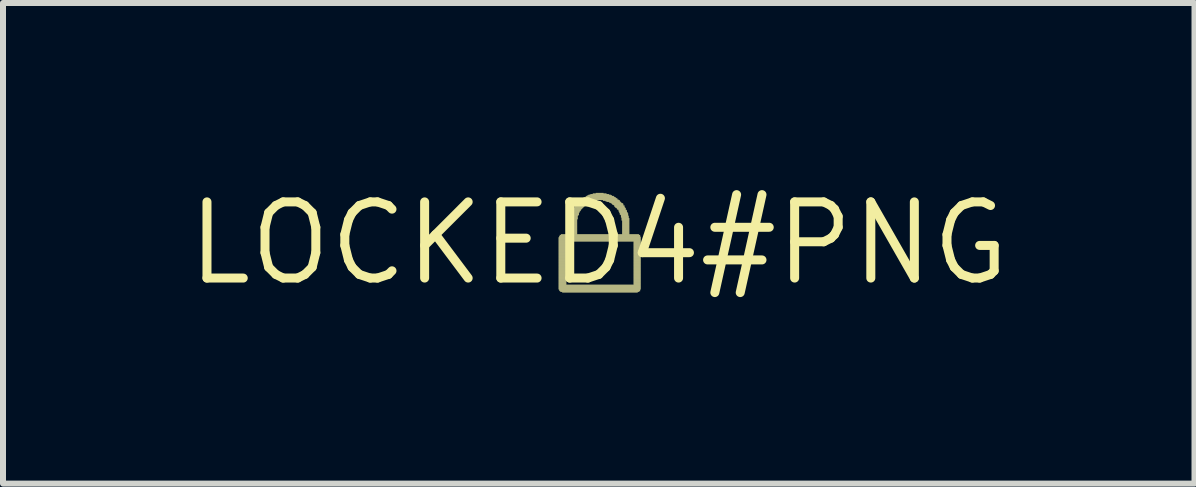
<source format=kicad_pcb>
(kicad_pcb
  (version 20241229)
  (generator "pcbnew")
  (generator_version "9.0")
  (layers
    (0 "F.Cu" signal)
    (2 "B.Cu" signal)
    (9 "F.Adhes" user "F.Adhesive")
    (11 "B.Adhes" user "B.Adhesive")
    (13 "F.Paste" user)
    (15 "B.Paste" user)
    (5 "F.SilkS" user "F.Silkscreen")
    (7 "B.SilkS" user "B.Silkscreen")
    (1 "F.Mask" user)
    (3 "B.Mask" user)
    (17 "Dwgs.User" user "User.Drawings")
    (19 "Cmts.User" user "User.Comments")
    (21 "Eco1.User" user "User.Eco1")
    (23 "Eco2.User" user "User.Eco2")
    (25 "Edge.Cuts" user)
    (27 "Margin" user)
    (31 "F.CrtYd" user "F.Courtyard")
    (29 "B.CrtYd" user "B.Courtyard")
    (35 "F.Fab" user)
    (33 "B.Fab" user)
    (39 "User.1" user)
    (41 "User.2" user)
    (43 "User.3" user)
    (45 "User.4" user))
  (footprint "LOCKED4#PNG"
    (layer "F.Cu")
    (at 6.932 1.006)
    (property "Reference" "LOCKED4#PNG" (at 0 0 0) (unlocked yes) (layer "F.SilkS") (effects (font (size 1.27 1.27) (thickness 0.15))))
    (fp_poly (pts (xy -0.67 -0.1) (xy 0.7 -0.1) (xy -0.67 -0.1)) (stroke (width 0) (type default)) (fill yes) (layer "F.SilkS"))
    (fp_poly (pts (xy -0.67 -0.09) (xy 0.7 -0.09) (xy -0.67 -0.09)) (stroke (width 0) (type default)) (fill yes) (layer "F.SilkS"))
    (fp_poly (pts (xy -0.67 -0.09) (xy 0.7 -0.09) (xy -0.67 -0.09)) (stroke (width 0) (type default)) (fill yes) (layer "F.SilkS"))
    (fp_poly (pts (xy -0.67 -0.08) (xy 0.7 -0.08) (xy -0.67 -0.08)) (stroke (width 0) (type default)) (fill yes) (layer "F.SilkS"))
    (fp_poly (pts (xy -0.67 -0.07) (xy 0.7 -0.07) (xy -0.67 -0.07)) (stroke (width 0) (type default)) (fill yes) (layer "F.SilkS"))
    (fp_poly (pts (xy -0.67 -0.07) (xy 0.7 -0.07) (xy -0.67 -0.07)) (stroke (width 0) (type default)) (fill yes) (layer "F.SilkS"))
    (fp_poly (pts (xy -0.67 -0.06) (xy 0.7 -0.06) (xy -0.67 -0.06)) (stroke (width 0) (type default)) (fill yes) (layer "F.SilkS"))
    (fp_poly (pts (xy -0.67 -0.05) (xy 0.7 -0.05) (xy -0.67 -0.05)) (stroke (width 0) (type default)) (fill yes) (layer "F.SilkS"))
    (fp_poly (pts (xy -0.67 -0.04) (xy 0.7 -0.04) (xy -0.67 -0.04)) (stroke (width 0) (type default)) (fill yes) (layer "F.SilkS"))
    (fp_poly (pts (xy -0.67 -0.04) (xy 0.7 -0.04) (xy -0.67 -0.04)) (stroke (width 0) (type default)) (fill yes) (layer "F.SilkS"))
    (fp_poly (pts (xy -0.67 -0.03) (xy -0.54 -0.03) (xy -0.67 -0.03)) (stroke (width 0) (type default)) (fill yes) (layer "F.SilkS"))
    (fp_poly (pts (xy -0.67 -0.02) (xy -0.54 -0.02) (xy -0.67 -0.02)) (stroke (width 0) (type default)) (fill yes) (layer "F.SilkS"))
    (fp_poly (pts (xy -0.67 -0.01) (xy -0.54 -0.01) (xy -0.67 -0.01)) (stroke (width 0) (type default)) (fill yes) (layer "F.SilkS"))
    (fp_poly (pts (xy -0.67 -0.01) (xy -0.54 -0.01) (xy -0.67 -0.01)) (stroke (width 0) (type default)) (fill yes) (layer "F.SilkS"))
    (fp_poly (pts (xy -0.67 0) (xy -0.54 0) (xy -0.67 0)) (stroke (width 0) (type default)) (fill yes) (layer "F.SilkS"))
    (fp_poly (pts (xy -0.67 0.01) (xy -0.54 0.01) (xy -0.67 0.01)) (stroke (width 0) (type default)) (fill yes) (layer "F.SilkS"))
    (fp_poly (pts (xy -0.67 0.01) (xy -0.54 0.01) (xy -0.67 0.01)) (stroke (width 0) (type default)) (fill yes) (layer "F.SilkS"))
    (fp_poly (pts (xy -0.67 0.02) (xy -0.54 0.02) (xy -0.67 0.02)) (stroke (width 0) (type default)) (fill yes) (layer "F.SilkS"))
    (fp_poly (pts (xy -0.67 0.03) (xy -0.54 0.03) (xy -0.67 0.03)) (stroke (width 0) (type default)) (fill yes) (layer "F.SilkS"))
    (fp_poly (pts (xy -0.67 0.04) (xy -0.54 0.04) (xy -0.67 0.04)) (stroke (width 0) (type default)) (fill yes) (layer "F.SilkS"))
    (fp_poly (pts (xy -0.67 0.04) (xy -0.54 0.04) (xy -0.67 0.04)) (stroke (width 0) (type default)) (fill yes) (layer "F.SilkS"))
    (fp_poly (pts (xy -0.67 0.05) (xy -0.54 0.05) (xy -0.67 0.05)) (stroke (width 0) (type default)) (fill yes) (layer "F.SilkS"))
    (fp_poly (pts (xy -0.67 0.06) (xy -0.54 0.06) (xy -0.67 0.06)) (stroke (width 0) (type default)) (fill yes) (layer "F.SilkS"))
    (fp_poly (pts (xy -0.67 0.07) (xy -0.54 0.07) (xy -0.67 0.07)) (stroke (width 0) (type default)) (fill yes) (layer "F.SilkS"))
    (fp_poly (pts (xy -0.67 0.07) (xy -0.54 0.07) (xy -0.67 0.07)) (stroke (width 0) (type default)) (fill yes) (layer "F.SilkS"))
    (fp_poly (pts (xy -0.67 0.08) (xy -0.54 0.08) (xy -0.67 0.08)) (stroke (width 0) (type default)) (fill yes) (layer "F.SilkS"))
    (fp_poly (pts (xy -0.67 0.09) (xy -0.54 0.09) (xy -0.67 0.09)) (stroke (width 0) (type default)) (fill yes) (layer "F.SilkS"))
    (fp_poly (pts (xy -0.67 0.09) (xy -0.54 0.09) (xy -0.67 0.09)) (stroke (width 0) (type default)) (fill yes) (layer "F.SilkS"))
    (fp_poly (pts (xy -0.67 0.1) (xy -0.54 0.1) (xy -0.67 0.1)) (stroke (width 0) (type default)) (fill yes) (layer "F.SilkS"))
    (fp_poly (pts (xy -0.67 0.11) (xy -0.54 0.11) (xy -0.67 0.11)) (stroke (width 0) (type default)) (fill yes) (layer "F.SilkS"))
    (fp_poly (pts (xy -0.67 0.12) (xy -0.54 0.12) (xy -0.67 0.12)) (stroke (width 0) (type default)) (fill yes) (layer "F.SilkS"))
    (fp_poly (pts (xy -0.67 0.12) (xy -0.54 0.12) (xy -0.67 0.12)) (stroke (width 0) (type default)) (fill yes) (layer "F.SilkS"))
    (fp_poly (pts (xy -0.67 0.13) (xy -0.54 0.13) (xy -0.67 0.13)) (stroke (width 0) (type default)) (fill yes) (layer "F.SilkS"))
    (fp_poly (pts (xy -0.67 0.14) (xy -0.54 0.14) (xy -0.67 0.14)) (stroke (width 0) (type default)) (fill yes) (layer "F.SilkS"))
    (fp_poly (pts (xy -0.67 0.14) (xy -0.54 0.14) (xy -0.67 0.14)) (stroke (width 0) (type default)) (fill yes) (layer "F.SilkS"))
    (fp_poly (pts (xy -0.67 0.15) (xy -0.54 0.15) (xy -0.67 0.15)) (stroke (width 0) (type default)) (fill yes) (layer "F.SilkS"))
    (fp_poly (pts (xy -0.67 0.16) (xy -0.54 0.16) (xy -0.67 0.16)) (stroke (width 0) (type default)) (fill yes) (layer "F.SilkS"))
    (fp_poly (pts (xy -0.67 0.17) (xy -0.54 0.17) (xy -0.67 0.17)) (stroke (width 0) (type default)) (fill yes) (layer "F.SilkS"))
    (fp_poly (pts (xy -0.67 0.17) (xy -0.54 0.17) (xy -0.67 0.17)) (stroke (width 0) (type default)) (fill yes) (layer "F.SilkS"))
    (fp_poly (pts (xy -0.67 0.18) (xy -0.54 0.18) (xy -0.67 0.18)) (stroke (width 0) (type default)) (fill yes) (layer "F.SilkS"))
    (fp_poly (pts (xy -0.67 0.19) (xy -0.54 0.19) (xy -0.67 0.19)) (stroke (width 0) (type default)) (fill yes) (layer "F.SilkS"))
    (fp_poly (pts (xy -0.67 0.2) (xy -0.54 0.2) (xy -0.67 0.2)) (stroke (width 0) (type default)) (fill yes) (layer "F.SilkS"))
    (fp_poly (pts (xy -0.67 0.2) (xy -0.54 0.2) (xy -0.67 0.2)) (stroke (width 0) (type default)) (fill yes) (layer "F.SilkS"))
    (fp_poly (pts (xy -0.67 0.21) (xy -0.54 0.21) (xy -0.67 0.21)) (stroke (width 0) (type default)) (fill yes) (layer "F.SilkS"))
    (fp_poly (pts (xy -0.67 0.22) (xy -0.54 0.22) (xy -0.67 0.22)) (stroke (width 0) (type default)) (fill yes) (layer "F.SilkS"))
    (fp_poly (pts (xy -0.67 0.22) (xy -0.54 0.22) (xy -0.67 0.22)) (stroke (width 0) (type default)) (fill yes) (layer "F.SilkS"))
    (fp_poly (pts (xy -0.67 0.23) (xy -0.54 0.23) (xy -0.67 0.23)) (stroke (width 0) (type default)) (fill yes) (layer "F.SilkS"))
    (fp_poly (pts (xy -0.67 0.24) (xy -0.54 0.24) (xy -0.67 0.24)) (stroke (width 0) (type default)) (fill yes) (layer "F.SilkS"))
    (fp_poly (pts (xy -0.67 0.25) (xy -0.54 0.25) (xy -0.67 0.25)) (stroke (width 0) (type default)) (fill yes) (layer "F.SilkS"))
    (fp_poly (pts (xy -0.67 0.25) (xy -0.54 0.25) (xy -0.67 0.25)) (stroke (width 0) (type default)) (fill yes) (layer "F.SilkS"))
    (fp_poly (pts (xy -0.67 0.26) (xy -0.54 0.26) (xy -0.67 0.26)) (stroke (width 0) (type default)) (fill yes) (layer "F.SilkS"))
    (fp_poly (pts (xy -0.67 0.27) (xy -0.54 0.27) (xy -0.67 0.27)) (stroke (width 0) (type default)) (fill yes) (layer "F.SilkS"))
    (fp_poly (pts (xy -0.67 0.27) (xy -0.54 0.27) (xy -0.67 0.27)) (stroke (width 0) (type default)) (fill yes) (layer "F.SilkS"))
    (fp_poly (pts (xy -0.67 0.28) (xy -0.54 0.28) (xy -0.67 0.28)) (stroke (width 0) (type default)) (fill yes) (layer "F.SilkS"))
    (fp_poly (pts (xy -0.67 0.29) (xy -0.54 0.29) (xy -0.67 0.29)) (stroke (width 0) (type default)) (fill yes) (layer "F.SilkS"))
    (fp_poly (pts (xy -0.67 0.3) (xy -0.54 0.3) (xy -0.67 0.3)) (stroke (width 0) (type default)) (fill yes) (layer "F.SilkS"))
    (fp_poly (pts (xy -0.67 0.3) (xy -0.54 0.3) (xy -0.67 0.3)) (stroke (width 0) (type default)) (fill yes) (layer "F.SilkS"))
    (fp_poly (pts (xy -0.67 0.31) (xy -0.54 0.31) (xy -0.67 0.31)) (stroke (width 0) (type default)) (fill yes) (layer "F.SilkS"))
    (fp_poly (pts (xy -0.67 0.32) (xy -0.54 0.32) (xy -0.67 0.32)) (stroke (width 0) (type default)) (fill yes) (layer "F.SilkS"))
    (fp_poly (pts (xy -0.67 0.33) (xy -0.54 0.33) (xy -0.67 0.33)) (stroke (width 0) (type default)) (fill yes) (layer "F.SilkS"))
    (fp_poly (pts (xy -0.67 0.33) (xy -0.54 0.33) (xy -0.67 0.33)) (stroke (width 0) (type default)) (fill yes) (layer "F.SilkS"))
    (fp_poly (pts (xy -0.67 0.34) (xy -0.54 0.34) (xy -0.67 0.34)) (stroke (width 0) (type default)) (fill yes) (layer "F.SilkS"))
    (fp_poly (pts (xy -0.67 0.35) (xy -0.54 0.35) (xy -0.67 0.35)) (stroke (width 0) (type default)) (fill yes) (layer "F.SilkS"))
    (fp_poly (pts (xy -0.67 0.35) (xy -0.54 0.35) (xy -0.67 0.35)) (stroke (width 0) (type default)) (fill yes) (layer "F.SilkS"))
    (fp_poly (pts (xy -0.67 0.36) (xy -0.54 0.36) (xy -0.67 0.36)) (stroke (width 0) (type default)) (fill yes) (layer "F.SilkS"))
    (fp_poly (pts (xy -0.67 0.37) (xy -0.54 0.37) (xy -0.67 0.37)) (stroke (width 0) (type default)) (fill yes) (layer "F.SilkS"))
    (fp_poly (pts (xy -0.67 0.38) (xy -0.54 0.38) (xy -0.67 0.38)) (stroke (width 0) (type default)) (fill yes) (layer "F.SilkS"))
    (fp_poly (pts (xy -0.67 0.38) (xy -0.54 0.38) (xy -0.67 0.38)) (stroke (width 0) (type default)) (fill yes) (layer "F.SilkS"))
    (fp_poly (pts (xy -0.67 0.39) (xy -0.54 0.39) (xy -0.67 0.39)) (stroke (width 0) (type default)) (fill yes) (layer "F.SilkS"))
    (fp_poly (pts (xy -0.67 0.4) (xy -0.54 0.4) (xy -0.67 0.4)) (stroke (width 0) (type default)) (fill yes) (layer "F.SilkS"))
    (fp_poly (pts (xy -0.67 0.41) (xy -0.54 0.41) (xy -0.67 0.41)) (stroke (width 0) (type default)) (fill yes) (layer "F.SilkS"))
    (fp_poly (pts (xy -0.67 0.41) (xy -0.54 0.41) (xy -0.67 0.41)) (stroke (width 0) (type default)) (fill yes) (layer "F.SilkS"))
    (fp_poly (pts (xy -0.67 0.42) (xy -0.54 0.42) (xy -0.67 0.42)) (stroke (width 0) (type default)) (fill yes) (layer "F.SilkS"))
    (fp_poly (pts (xy -0.67 0.43) (xy -0.54 0.43) (xy -0.67 0.43)) (stroke (width 0) (type default)) (fill yes) (layer "F.SilkS"))
    (fp_poly (pts (xy -0.67 0.43) (xy -0.54 0.43) (xy -0.67 0.43)) (stroke (width 0) (type default)) (fill yes) (layer "F.SilkS"))
    (fp_poly (pts (xy -0.67 0.44) (xy -0.54 0.44) (xy -0.67 0.44)) (stroke (width 0) (type default)) (fill yes) (layer "F.SilkS"))
    (fp_poly (pts (xy -0.67 0.45) (xy -0.54 0.45) (xy -0.67 0.45)) (stroke (width 0) (type default)) (fill yes) (layer "F.SilkS"))
    (fp_poly (pts (xy -0.67 0.46) (xy -0.54 0.46) (xy -0.67 0.46)) (stroke (width 0) (type default)) (fill yes) (layer "F.SilkS"))
    (fp_poly (pts (xy -0.67 0.46) (xy -0.54 0.46) (xy -0.67 0.46)) (stroke (width 0) (type default)) (fill yes) (layer "F.SilkS"))
    (fp_poly (pts (xy -0.67 0.47) (xy -0.54 0.47) (xy -0.67 0.47)) (stroke (width 0) (type default)) (fill yes) (layer "F.SilkS"))
    (fp_poly (pts (xy -0.67 0.48) (xy -0.54 0.48) (xy -0.67 0.48)) (stroke (width 0) (type default)) (fill yes) (layer "F.SilkS"))
    (fp_poly (pts (xy -0.67 0.48) (xy -0.54 0.48) (xy -0.67 0.48)) (stroke (width 0) (type default)) (fill yes) (layer "F.SilkS"))
    (fp_poly (pts (xy -0.67 0.49) (xy -0.54 0.49) (xy -0.67 0.49)) (stroke (width 0) (type default)) (fill yes) (layer "F.SilkS"))
    (fp_poly (pts (xy -0.67 0.5) (xy -0.54 0.5) (xy -0.67 0.5)) (stroke (width 0) (type default)) (fill yes) (layer "F.SilkS"))
    (fp_poly (pts (xy -0.67 0.51) (xy -0.54 0.51) (xy -0.67 0.51)) (stroke (width 0) (type default)) (fill yes) (layer "F.SilkS"))
    (fp_poly (pts (xy -0.67 0.51) (xy -0.54 0.51) (xy -0.67 0.51)) (stroke (width 0) (type default)) (fill yes) (layer "F.SilkS"))
    (fp_poly (pts (xy -0.67 0.52) (xy -0.54 0.52) (xy -0.67 0.52)) (stroke (width 0) (type default)) (fill yes) (layer "F.SilkS"))
    (fp_poly (pts (xy -0.67 0.53) (xy -0.54 0.53) (xy -0.67 0.53)) (stroke (width 0) (type default)) (fill yes) (layer "F.SilkS"))
    (fp_poly (pts (xy -0.67 0.54) (xy -0.54 0.54) (xy -0.67 0.54)) (stroke (width 0) (type default)) (fill yes) (layer "F.SilkS"))
    (fp_poly (pts (xy -0.67 0.54) (xy -0.54 0.54) (xy -0.67 0.54)) (stroke (width 0) (type default)) (fill yes) (layer "F.SilkS"))
    (fp_poly (pts (xy -0.67 0.55) (xy -0.54 0.55) (xy -0.67 0.55)) (stroke (width 0) (type default)) (fill yes) (layer "F.SilkS"))
    (fp_poly (pts (xy -0.67 0.56) (xy -0.54 0.56) (xy -0.67 0.56)) (stroke (width 0) (type default)) (fill yes) (layer "F.SilkS"))
    (fp_poly (pts (xy -0.67 0.56) (xy -0.54 0.56) (xy -0.67 0.56)) (stroke (width 0) (type default)) (fill yes) (layer "F.SilkS"))
    (fp_poly (pts (xy -0.67 0.57) (xy -0.54 0.57) (xy -0.67 0.57)) (stroke (width 0) (type default)) (fill yes) (layer "F.SilkS"))
    (fp_poly (pts (xy -0.67 0.58) (xy -0.54 0.58) (xy -0.67 0.58)) (stroke (width 0) (type default)) (fill yes) (layer "F.SilkS"))
    (fp_poly (pts (xy -0.67 0.59) (xy -0.54 0.59) (xy -0.67 0.59)) (stroke (width 0) (type default)) (fill yes) (layer "F.SilkS"))
    (fp_poly (pts (xy -0.67 0.59) (xy -0.54 0.59) (xy -0.67 0.59)) (stroke (width 0) (type default)) (fill yes) (layer "F.SilkS"))
    (fp_poly (pts (xy -0.67 0.6) (xy -0.54 0.6) (xy -0.67 0.6)) (stroke (width 0) (type default)) (fill yes) (layer "F.SilkS"))
    (fp_poly (pts (xy -0.67 0.61) (xy -0.54 0.61) (xy -0.67 0.61)) (stroke (width 0) (type default)) (fill yes) (layer "F.SilkS"))
    (fp_poly (pts (xy -0.67 0.61) (xy -0.54 0.61) (xy -0.67 0.61)) (stroke (width 0) (type default)) (fill yes) (layer "F.SilkS"))
    (fp_poly (pts (xy -0.67 0.62) (xy -0.54 0.62) (xy -0.67 0.62)) (stroke (width 0) (type default)) (fill yes) (layer "F.SilkS"))
    (fp_poly (pts (xy -0.67 0.63) (xy -0.54 0.63) (xy -0.67 0.63)) (stroke (width 0) (type default)) (fill yes) (layer "F.SilkS"))
    (fp_poly (pts (xy -0.67 0.64) (xy -0.54 0.64) (xy -0.67 0.64)) (stroke (width 0) (type default)) (fill yes) (layer "F.SilkS"))
    (fp_poly (pts (xy -0.67 0.64) (xy -0.54 0.64) (xy -0.67 0.64)) (stroke (width 0) (type default)) (fill yes) (layer "F.SilkS"))
    (fp_poly (pts (xy -0.67 0.65) (xy -0.54 0.65) (xy -0.67 0.65)) (stroke (width 0) (type default)) (fill yes) (layer "F.SilkS"))
    (fp_poly (pts (xy -0.67 0.66) (xy -0.54 0.66) (xy -0.67 0.66)) (stroke (width 0) (type default)) (fill yes) (layer "F.SilkS"))
    (fp_poly (pts (xy -0.67 0.67) (xy -0.54 0.67) (xy -0.67 0.67)) (stroke (width 0) (type default)) (fill yes) (layer "F.SilkS"))
    (fp_poly (pts (xy -0.67 0.67) (xy -0.54 0.67) (xy -0.67 0.67)) (stroke (width 0) (type default)) (fill yes) (layer "F.SilkS"))
    (fp_poly (pts (xy -0.67 0.68) (xy -0.54 0.68) (xy -0.67 0.68)) (stroke (width 0) (type default)) (fill yes) (layer "F.SilkS"))
    (fp_poly (pts (xy -0.67 0.69) (xy -0.54 0.69) (xy -0.67 0.69)) (stroke (width 0) (type default)) (fill yes) (layer "F.SilkS"))
    (fp_poly (pts (xy -0.67 0.69) (xy -0.54 0.69) (xy -0.67 0.69)) (stroke (width 0) (type default)) (fill yes) (layer "F.SilkS"))
    (fp_poly (pts (xy -0.67 0.7) (xy 0.7 0.7) (xy -0.67 0.7)) (stroke (width 0) (type default)) (fill yes) (layer "F.SilkS"))
    (fp_poly (pts (xy -0.67 0.71) (xy 0.7 0.71) (xy -0.67 0.71)) (stroke (width 0) (type default)) (fill yes) (layer "F.SilkS"))
    (fp_poly (pts (xy -0.67 0.72) (xy 0.7 0.72) (xy -0.67 0.72)) (stroke (width 0) (type default)) (fill yes) (layer "F.SilkS"))
    (fp_poly (pts (xy -0.67 0.72) (xy 0.7 0.72) (xy -0.67 0.72)) (stroke (width 0) (type default)) (fill yes) (layer "F.SilkS"))
    (fp_poly (pts (xy -0.67 0.73) (xy 0.7 0.73) (xy -0.67 0.73)) (stroke (width 0) (type default)) (fill yes) (layer "F.SilkS"))
    (fp_poly (pts (xy -0.67 0.74) (xy 0.7 0.74) (xy -0.67 0.74)) (stroke (width 0) (type default)) (fill yes) (layer "F.SilkS"))
    (fp_poly (pts (xy -0.67 0.75) (xy 0.7 0.75) (xy -0.67 0.75)) (stroke (width 0) (type default)) (fill yes) (layer "F.SilkS"))
    (fp_poly (pts (xy -0.67 0.75) (xy 0.7 0.75) (xy -0.67 0.75)) (stroke (width 0) (type default)) (fill yes) (layer "F.SilkS"))
    (fp_poly (pts (xy -0.67 0.76) (xy 0.7 0.76) (xy -0.67 0.76)) (stroke (width 0) (type default)) (fill yes) (layer "F.SilkS"))
    (fp_poly (pts (xy -0.67 0.77) (xy 0.7 0.77) (xy -0.67 0.77)) (stroke (width 0) (type default)) (fill yes) (layer "F.SilkS"))
    (fp_poly (pts (xy -0.66 -0.12) (xy 0.69 -0.12) (xy -0.66 -0.12)) (stroke (width 0) (type default)) (fill yes) (layer "F.SilkS"))
    (fp_poly (pts (xy -0.66 -0.12) (xy 0.69 -0.12) (xy -0.66 -0.12)) (stroke (width 0) (type default)) (fill yes) (layer "F.SilkS"))
    (fp_poly (pts (xy -0.66 -0.11) (xy 0.69 -0.11) (xy -0.66 -0.11)) (stroke (width 0) (type default)) (fill yes) (layer "F.SilkS"))
    (fp_poly (pts (xy -0.66 0.77) (xy 0.69 0.77) (xy -0.66 0.77)) (stroke (width 0) (type default)) (fill yes) (layer "F.SilkS"))
    (fp_poly (pts (xy -0.66 0.78) (xy 0.69 0.78) (xy -0.66 0.78)) (stroke (width 0) (type default)) (fill yes) (layer "F.SilkS"))
    (fp_poly (pts (xy -0.65 -0.13) (xy 0.69 -0.13) (xy -0.65 -0.13)) (stroke (width 0) (type default)) (fill yes) (layer "F.SilkS"))
    (fp_poly (pts (xy -0.65 0.79) (xy 0.69 0.79) (xy -0.65 0.79)) (stroke (width 0) (type default)) (fill yes) (layer "F.SilkS"))
    (fp_poly (pts (xy -0.65 0.8) (xy 0.69 0.8) (xy -0.65 0.8)) (stroke (width 0) (type default)) (fill yes) (layer "F.SilkS"))
    (fp_poly (pts (xy -0.64 -0.14) (xy 0.67 -0.14) (xy -0.64 -0.14)) (stroke (width 0) (type default)) (fill yes) (layer "F.SilkS"))
    (fp_poly (pts (xy -0.64 -0.14) (xy 0.68 -0.14) (xy -0.64 -0.14)) (stroke (width 0) (type default)) (fill yes) (layer "F.SilkS"))
    (fp_poly (pts (xy -0.64 0.8) (xy 0.68 0.8) (xy -0.64 0.8)) (stroke (width 0) (type default)) (fill yes) (layer "F.SilkS"))
    (fp_poly (pts (xy -0.63 0.81) (xy 0.67 0.81) (xy -0.63 0.81)) (stroke (width 0) (type default)) (fill yes) (layer "F.SilkS"))
    (fp_poly (pts (xy -0.61 -0.15) (xy 0.65 -0.15) (xy -0.61 -0.15)) (stroke (width 0) (type default)) (fill yes) (layer "F.SilkS"))
    (fp_poly (pts (xy -0.48 -0.43) (xy -0.35 -0.43) (xy -0.48 -0.43)) (stroke (width 0) (type default)) (fill yes) (layer "F.SilkS"))
    (fp_poly (pts (xy -0.48 -0.43) (xy -0.35 -0.43) (xy -0.48 -0.43)) (stroke (width 0) (type default)) (fill yes) (layer "F.SilkS"))
    (fp_poly (pts (xy -0.48 -0.42) (xy -0.35 -0.42) (xy -0.48 -0.42)) (stroke (width 0) (type default)) (fill yes) (layer "F.SilkS"))
    (fp_poly (pts (xy -0.48 -0.41) (xy -0.35 -0.41) (xy -0.48 -0.41)) (stroke (width 0) (type default)) (fill yes) (layer "F.SilkS"))
    (fp_poly (pts (xy -0.48 -0.41) (xy -0.35 -0.41) (xy -0.48 -0.41)) (stroke (width 0) (type default)) (fill yes) (layer "F.SilkS"))
    (fp_poly (pts (xy -0.48 -0.4) (xy -0.36 -0.4) (xy -0.48 -0.4)) (stroke (width 0) (type default)) (fill yes) (layer "F.SilkS"))
    (fp_poly (pts (xy -0.48 -0.39) (xy -0.36 -0.39) (xy -0.48 -0.39)) (stroke (width 0) (type default)) (fill yes) (layer "F.SilkS"))
    (fp_poly (pts (xy -0.48 -0.38) (xy -0.36 -0.38) (xy -0.48 -0.38)) (stroke (width 0) (type default)) (fill yes) (layer "F.SilkS"))
    (fp_poly (pts (xy -0.48 -0.38) (xy -0.36 -0.38) (xy -0.48 -0.38)) (stroke (width 0) (type default)) (fill yes) (layer "F.SilkS"))
    (fp_poly (pts (xy -0.48 -0.37) (xy -0.36 -0.37) (xy -0.48 -0.37)) (stroke (width 0) (type default)) (fill yes) (layer "F.SilkS"))
    (fp_poly (pts (xy -0.48 -0.36) (xy -0.36 -0.36) (xy -0.48 -0.36)) (stroke (width 0) (type default)) (fill yes) (layer "F.SilkS"))
    (fp_poly (pts (xy -0.48 -0.35) (xy -0.36 -0.35) (xy -0.48 -0.35)) (stroke (width 0) (type default)) (fill yes) (layer "F.SilkS"))
    (fp_poly (pts (xy -0.48 -0.35) (xy -0.36 -0.35) (xy -0.48 -0.35)) (stroke (width 0) (type default)) (fill yes) (layer "F.SilkS"))
    (fp_poly (pts (xy -0.48 -0.34) (xy -0.36 -0.34) (xy -0.48 -0.34)) (stroke (width 0) (type default)) (fill yes) (layer "F.SilkS"))
    (fp_poly (pts (xy -0.48 -0.33) (xy -0.36 -0.33) (xy -0.48 -0.33)) (stroke (width 0) (type default)) (fill yes) (layer "F.SilkS"))
    (fp_poly (pts (xy -0.48 -0.33) (xy -0.36 -0.33) (xy -0.48 -0.33)) (stroke (width 0) (type default)) (fill yes) (layer "F.SilkS"))
    (fp_poly (pts (xy -0.48 -0.32) (xy -0.36 -0.32) (xy -0.48 -0.32)) (stroke (width 0) (type default)) (fill yes) (layer "F.SilkS"))
    (fp_poly (pts (xy -0.48 -0.31) (xy -0.36 -0.31) (xy -0.48 -0.31)) (stroke (width 0) (type default)) (fill yes) (layer "F.SilkS"))
    (fp_poly (pts (xy -0.48 -0.3) (xy -0.36 -0.3) (xy -0.48 -0.3)) (stroke (width 0) (type default)) (fill yes) (layer "F.SilkS"))
    (fp_poly (pts (xy -0.48 -0.3) (xy -0.36 -0.3) (xy -0.48 -0.3)) (stroke (width 0) (type default)) (fill yes) (layer "F.SilkS"))
    (fp_poly (pts (xy -0.48 -0.29) (xy -0.36 -0.29) (xy -0.48 -0.29)) (stroke (width 0) (type default)) (fill yes) (layer "F.SilkS"))
    (fp_poly (pts (xy -0.48 -0.28) (xy -0.36 -0.28) (xy -0.48 -0.28)) (stroke (width 0) (type default)) (fill yes) (layer "F.SilkS"))
    (fp_poly (pts (xy -0.48 -0.27) (xy -0.36 -0.27) (xy -0.48 -0.27)) (stroke (width 0) (type default)) (fill yes) (layer "F.SilkS"))
    (fp_poly (pts (xy -0.48 -0.27) (xy -0.36 -0.27) (xy -0.48 -0.27)) (stroke (width 0) (type default)) (fill yes) (layer "F.SilkS"))
    (fp_poly (pts (xy -0.48 -0.26) (xy -0.36 -0.26) (xy -0.48 -0.26)) (stroke (width 0) (type default)) (fill yes) (layer "F.SilkS"))
    (fp_poly (pts (xy -0.48 -0.25) (xy -0.36 -0.25) (xy -0.48 -0.25)) (stroke (width 0) (type default)) (fill yes) (layer "F.SilkS"))
    (fp_poly (pts (xy -0.48 -0.25) (xy -0.36 -0.25) (xy -0.48 -0.25)) (stroke (width 0) (type default)) (fill yes) (layer "F.SilkS"))
    (fp_poly (pts (xy -0.48 -0.24) (xy -0.36 -0.24) (xy -0.48 -0.24)) (stroke (width 0) (type default)) (fill yes) (layer "F.SilkS"))
    (fp_poly (pts (xy -0.48 -0.23) (xy -0.36 -0.23) (xy -0.48 -0.23)) (stroke (width 0) (type default)) (fill yes) (layer "F.SilkS"))
    (fp_poly (pts (xy -0.48 -0.22) (xy -0.36 -0.22) (xy -0.48 -0.22)) (stroke (width 0) (type default)) (fill yes) (layer "F.SilkS"))
    (fp_poly (pts (xy -0.48 -0.22) (xy -0.36 -0.22) (xy -0.48 -0.22)) (stroke (width 0) (type default)) (fill yes) (layer "F.SilkS"))
    (fp_poly (pts (xy -0.48 -0.21) (xy -0.36 -0.21) (xy -0.48 -0.21)) (stroke (width 0) (type default)) (fill yes) (layer "F.SilkS"))
    (fp_poly (pts (xy -0.48 -0.2) (xy -0.36 -0.2) (xy -0.48 -0.2)) (stroke (width 0) (type default)) (fill yes) (layer "F.SilkS"))
    (fp_poly (pts (xy -0.48 -0.2) (xy -0.36 -0.2) (xy -0.48 -0.2)) (stroke (width 0) (type default)) (fill yes) (layer "F.SilkS"))
    (fp_poly (pts (xy -0.48 -0.19) (xy -0.36 -0.19) (xy -0.48 -0.19)) (stroke (width 0) (type default)) (fill yes) (layer "F.SilkS"))
    (fp_poly (pts (xy -0.48 -0.18) (xy -0.36 -0.18) (xy -0.48 -0.18)) (stroke (width 0) (type default)) (fill yes) (layer "F.SilkS"))
    (fp_poly (pts (xy -0.48 -0.17) (xy -0.36 -0.17) (xy -0.48 -0.17)) (stroke (width 0) (type default)) (fill yes) (layer "F.SilkS"))
    (fp_poly (pts (xy -0.48 -0.17) (xy -0.36 -0.17) (xy -0.48 -0.17)) (stroke (width 0) (type default)) (fill yes) (layer "F.SilkS"))
    (fp_poly (pts (xy -0.48 -0.16) (xy -0.36 -0.16) (xy -0.48 -0.16)) (stroke (width 0) (type default)) (fill yes) (layer "F.SilkS"))
    (fp_poly (pts (xy -0.47 -0.48) (xy -0.33 -0.48) (xy -0.47 -0.48)) (stroke (width 0) (type default)) (fill yes) (layer "F.SilkS"))
    (fp_poly (pts (xy -0.47 -0.48) (xy -0.33 -0.48) (xy -0.47 -0.48)) (stroke (width 0) (type default)) (fill yes) (layer "F.SilkS"))
    (fp_poly (pts (xy -0.47 -0.47) (xy -0.34 -0.47) (xy -0.47 -0.47)) (stroke (width 0) (type default)) (fill yes) (layer "F.SilkS"))
    (fp_poly (pts (xy -0.47 -0.46) (xy -0.34 -0.46) (xy -0.47 -0.46)) (stroke (width 0) (type default)) (fill yes) (layer "F.SilkS"))
    (fp_poly (pts (xy -0.47 -0.46) (xy -0.34 -0.46) (xy -0.47 -0.46)) (stroke (width 0) (type default)) (fill yes) (layer "F.SilkS"))
    (fp_poly (pts (xy -0.47 -0.45) (xy -0.35 -0.45) (xy -0.47 -0.45)) (stroke (width 0) (type default)) (fill yes) (layer "F.SilkS"))
    (fp_poly (pts (xy -0.47 -0.44) (xy -0.35 -0.44) (xy -0.47 -0.44)) (stroke (width 0) (type default)) (fill yes) (layer "F.SilkS"))
    (fp_poly (pts (xy -0.46 -0.51) (xy -0.33 -0.51) (xy -0.46 -0.51)) (stroke (width 0) (type default)) (fill yes) (layer "F.SilkS"))
    (fp_poly (pts (xy -0.46 -0.5) (xy -0.33 -0.5) (xy -0.46 -0.5)) (stroke (width 0) (type default)) (fill yes) (layer "F.SilkS"))
    (fp_poly (pts (xy -0.46 -0.49) (xy -0.33 -0.49) (xy -0.46 -0.49)) (stroke (width 0) (type default)) (fill yes) (layer "F.SilkS"))
    (fp_poly (pts (xy -0.45 -0.54) (xy -0.31 -0.54) (xy -0.45 -0.54)) (stroke (width 0) (type default)) (fill yes) (layer "F.SilkS"))
    (fp_poly (pts (xy -0.45 -0.53) (xy -0.31 -0.53) (xy -0.45 -0.53)) (stroke (width 0) (type default)) (fill yes) (layer "F.SilkS"))
    (fp_poly (pts (xy -0.45 -0.52) (xy -0.32 -0.52) (xy -0.45 -0.52)) (stroke (width 0) (type default)) (fill yes) (layer "F.SilkS"))
    (fp_poly (pts (xy -0.45 -0.51) (xy -0.33 -0.51) (xy -0.45 -0.51)) (stroke (width 0) (type default)) (fill yes) (layer "F.SilkS"))
    (fp_poly (pts (xy -0.44 -0.55) (xy -0.3 -0.55) (xy -0.44 -0.55)) (stroke (width 0) (type default)) (fill yes) (layer "F.SilkS"))
    (fp_poly (pts (xy -0.44 -0.54) (xy -0.3 -0.54) (xy -0.44 -0.54)) (stroke (width 0) (type default)) (fill yes) (layer "F.SilkS"))
    (fp_poly (pts (xy -0.43 -0.58) (xy -0.27 -0.58) (xy -0.43 -0.58)) (stroke (width 0) (type default)) (fill yes) (layer "F.SilkS"))
    (fp_poly (pts (xy -0.43 -0.57) (xy -0.28 -0.57) (xy -0.43 -0.57)) (stroke (width 0) (type default)) (fill yes) (layer "F.SilkS"))
    (fp_poly (pts (xy -0.43 -0.56) (xy -0.29 -0.56) (xy -0.43 -0.56)) (stroke (width 0) (type default)) (fill yes) (layer "F.SilkS"))
    (fp_poly (pts (xy -0.43 -0.56) (xy -0.29 -0.56) (xy -0.43 -0.56)) (stroke (width 0) (type default)) (fill yes) (layer "F.SilkS"))
    (fp_poly (pts (xy -0.42 -0.59) (xy -0.27 -0.59) (xy -0.42 -0.59)) (stroke (width 0) (type default)) (fill yes) (layer "F.SilkS"))
    (fp_poly (pts (xy -0.42 -0.59) (xy -0.26 -0.59) (xy -0.42 -0.59)) (stroke (width 0) (type default)) (fill yes) (layer "F.SilkS"))
    (fp_poly (pts (xy -0.41 -0.61) (xy -0.25 -0.61) (xy -0.41 -0.61)) (stroke (width 0) (type default)) (fill yes) (layer "F.SilkS"))
    (fp_poly (pts (xy -0.41 -0.61) (xy -0.24 -0.61) (xy -0.41 -0.61)) (stroke (width 0) (type default)) (fill yes) (layer "F.SilkS"))
    (fp_poly (pts (xy -0.41 -0.6) (xy -0.26 -0.6) (xy -0.41 -0.6)) (stroke (width 0) (type default)) (fill yes) (layer "F.SilkS"))
    (fp_poly (pts (xy -0.4 -0.62) (xy -0.24 -0.62) (xy -0.4 -0.62)) (stroke (width 0) (type default)) (fill yes) (layer "F.SilkS"))
    (fp_poly (pts (xy -0.39 -0.64) (xy -0.22 -0.64) (xy -0.39 -0.64)) (stroke (width 0) (type default)) (fill yes) (layer "F.SilkS"))
    (fp_poly (pts (xy -0.39 -0.63) (xy -0.22 -0.63) (xy -0.39 -0.63)) (stroke (width 0) (type default)) (fill yes) (layer "F.SilkS"))
    (fp_poly (pts (xy -0.38 -0.65) (xy -0.2 -0.65) (xy -0.38 -0.65)) (stroke (width 0) (type default)) (fill yes) (layer "F.SilkS"))
    (fp_poly (pts (xy -0.38 -0.64) (xy -0.21 -0.64) (xy -0.38 -0.64)) (stroke (width 0) (type default)) (fill yes) (layer "F.SilkS"))
    (fp_poly (pts (xy -0.37 -0.67) (xy -0.17 -0.67) (xy -0.37 -0.67)) (stroke (width 0) (type default)) (fill yes) (layer "F.SilkS"))
    (fp_poly (pts (xy -0.37 -0.66) (xy -0.18 -0.66) (xy -0.37 -0.66)) (stroke (width 0) (type default)) (fill yes) (layer "F.SilkS"))
    (fp_poly (pts (xy -0.36 -0.67) (xy -0.16 -0.67) (xy -0.36 -0.67)) (stroke (width 0) (type default)) (fill yes) (layer "F.SilkS"))
    (fp_poly (pts (xy -0.35 -0.69) (xy -0.13 -0.69) (xy -0.35 -0.69)) (stroke (width 0) (type default)) (fill yes) (layer "F.SilkS"))
    (fp_poly (pts (xy -0.35 -0.68) (xy -0.14 -0.68) (xy -0.35 -0.68)) (stroke (width 0) (type default)) (fill yes) (layer "F.SilkS"))
    (fp_poly (pts (xy -0.33 -0.71) (xy -0.05 -0.71) (xy -0.33 -0.71)) (stroke (width 0) (type default)) (fill yes) (layer "F.SilkS"))
    (fp_poly (pts (xy -0.33 -0.7) (xy -0.1 -0.7) (xy -0.33 -0.7)) (stroke (width 0) (type default)) (fill yes) (layer "F.SilkS"))
    (fp_poly (pts (xy -0.33 -0.69) (xy -0.11 -0.69) (xy -0.33 -0.69)) (stroke (width 0) (type default)) (fill yes) (layer "F.SilkS"))
    (fp_poly (pts (xy -0.31 -0.72) (xy 0.34 -0.72) (xy -0.31 -0.72)) (stroke (width 0) (type default)) (fill yes) (layer "F.SilkS"))
    (fp_poly (pts (xy -0.31 -0.72) (xy 0.34 -0.72) (xy -0.31 -0.72)) (stroke (width 0) (type default)) (fill yes) (layer "F.SilkS"))
    (fp_poly (pts (xy -0.3 -0.73) (xy 0.33 -0.73) (xy -0.3 -0.73)) (stroke (width 0) (type default)) (fill yes) (layer "F.SilkS"))
    (fp_poly (pts (xy -0.29 -0.74) (xy 0.31 -0.74) (xy -0.29 -0.74)) (stroke (width 0) (type default)) (fill yes) (layer "F.SilkS"))
    (fp_poly (pts (xy -0.27 -0.75) (xy 0.3 -0.75) (xy -0.27 -0.75)) (stroke (width 0) (type default)) (fill yes) (layer "F.SilkS"))
    (fp_poly (pts (xy -0.27 -0.75) (xy 0.3 -0.75) (xy -0.27 -0.75)) (stroke (width 0) (type default)) (fill yes) (layer "F.SilkS"))
    (fp_poly (pts (xy -0.25 -0.76) (xy 0.28 -0.76) (xy -0.25 -0.76)) (stroke (width 0) (type default)) (fill yes) (layer "F.SilkS"))
    (fp_poly (pts (xy -0.24 -0.77) (xy 0.27 -0.77) (xy -0.24 -0.77)) (stroke (width 0) (type default)) (fill yes) (layer "F.SilkS"))
    (fp_poly (pts (xy -0.23 -0.77) (xy 0.27 -0.77) (xy -0.23 -0.77)) (stroke (width 0) (type default)) (fill yes) (layer "F.SilkS"))
    (fp_poly (pts (xy -0.22 -0.78) (xy 0.25 -0.78) (xy -0.22 -0.78)) (stroke (width 0) (type default)) (fill yes) (layer "F.SilkS"))
    (fp_poly (pts (xy -0.2 -0.79) (xy 0.23 -0.79) (xy -0.2 -0.79)) (stroke (width 0) (type default)) (fill yes) (layer "F.SilkS"))
    (fp_poly (pts (xy -0.18 -0.8) (xy 0.2 -0.8) (xy -0.18 -0.8)) (stroke (width 0) (type default)) (fill yes) (layer "F.SilkS"))
    (fp_poly (pts (xy -0.18 -0.8) (xy 0.21 -0.8) (xy -0.18 -0.8)) (stroke (width 0) (type default)) (fill yes) (layer "F.SilkS"))
    (fp_poly (pts (xy -0.15 -0.81) (xy 0.18 -0.81) (xy -0.15 -0.81)) (stroke (width 0) (type default)) (fill yes) (layer "F.SilkS"))
    (fp_poly (pts (xy -0.13 -0.82) (xy 0.15 -0.82) (xy -0.13 -0.82)) (stroke (width 0) (type default)) (fill yes) (layer "F.SilkS"))
    (fp_poly (pts (xy -0.13 -0.82) (xy 0.15 -0.82) (xy -0.13 -0.82)) (stroke (width 0) (type default)) (fill yes) (layer "F.SilkS"))
    (fp_poly (pts (xy -0.07 -0.83) (xy 0.11 -0.83) (xy -0.07 -0.83)) (stroke (width 0) (type default)) (fill yes) (layer "F.SilkS"))
    (fp_poly (pts (xy 0.09 -0.71) (xy 0.35 -0.71) (xy 0.09 -0.71)) (stroke (width 0) (type default)) (fill yes) (layer "F.SilkS"))
    (fp_poly (pts (xy 0.12 -0.7) (xy 0.36 -0.7) (xy 0.12 -0.7)) (stroke (width 0) (type default)) (fill yes) (layer "F.SilkS"))
    (fp_poly (pts (xy 0.14 -0.69) (xy 0.36 -0.69) (xy 0.14 -0.69)) (stroke (width 0) (type default)) (fill yes) (layer "F.SilkS"))
    (fp_poly (pts (xy 0.15 -0.69) (xy 0.37 -0.69) (xy 0.15 -0.69)) (stroke (width 0) (type default)) (fill yes) (layer "F.SilkS"))
    (fp_poly (pts (xy 0.17 -0.68) (xy 0.38 -0.68) (xy 0.17 -0.68)) (stroke (width 0) (type default)) (fill yes) (layer "F.SilkS"))
    (fp_poly (pts (xy 0.2 -0.67) (xy 0.38 -0.67) (xy 0.2 -0.67)) (stroke (width 0) (type default)) (fill yes) (layer "F.SilkS"))
    (fp_poly (pts (xy 0.21 -0.67) (xy 0.39 -0.67) (xy 0.21 -0.67)) (stroke (width 0) (type default)) (fill yes) (layer "F.SilkS"))
    (fp_poly (pts (xy 0.22 -0.66) (xy 0.4 -0.66) (xy 0.22 -0.66)) (stroke (width 0) (type default)) (fill yes) (layer "F.SilkS"))
    (fp_poly (pts (xy 0.23 -0.65) (xy 0.41 -0.65) (xy 0.23 -0.65)) (stroke (width 0) (type default)) (fill yes) (layer "F.SilkS"))
    (fp_poly (pts (xy 0.24 -0.64) (xy 0.41 -0.64) (xy 0.24 -0.64)) (stroke (width 0) (type default)) (fill yes) (layer "F.SilkS"))
    (fp_poly (pts (xy 0.24 -0.64) (xy 0.41 -0.64) (xy 0.24 -0.64)) (stroke (width 0) (type default)) (fill yes) (layer "F.SilkS"))
    (fp_poly (pts (xy 0.25 -0.63) (xy 0.42 -0.63) (xy 0.25 -0.63)) (stroke (width 0) (type default)) (fill yes) (layer "F.SilkS"))
    (fp_poly (pts (xy 0.26 -0.62) (xy 0.43 -0.62) (xy 0.26 -0.62)) (stroke (width 0) (type default)) (fill yes) (layer "F.SilkS"))
    (fp_poly (pts (xy 0.27 -0.61) (xy 0.43 -0.61) (xy 0.27 -0.61)) (stroke (width 0) (type default)) (fill yes) (layer "F.SilkS"))
    (fp_poly (pts (xy 0.27 -0.61) (xy 0.43 -0.61) (xy 0.27 -0.61)) (stroke (width 0) (type default)) (fill yes) (layer "F.SilkS"))
    (fp_poly (pts (xy 0.28 -0.6) (xy 0.43 -0.6) (xy 0.28 -0.6)) (stroke (width 0) (type default)) (fill yes) (layer "F.SilkS"))
    (fp_poly (pts (xy 0.29 -0.59) (xy 0.44 -0.59) (xy 0.29 -0.59)) (stroke (width 0) (type default)) (fill yes) (layer "F.SilkS"))
    (fp_poly (pts (xy 0.3 -0.59) (xy 0.44 -0.59) (xy 0.3 -0.59)) (stroke (width 0) (type default)) (fill yes) (layer "F.SilkS"))
    (fp_poly (pts (xy 0.3 -0.58) (xy 0.45 -0.58) (xy 0.3 -0.58)) (stroke (width 0) (type default)) (fill yes) (layer "F.SilkS"))
    (fp_poly (pts (xy 0.31 -0.57) (xy 0.45 -0.57) (xy 0.31 -0.57)) (stroke (width 0) (type default)) (fill yes) (layer "F.SilkS"))
    (fp_poly (pts (xy 0.31 -0.56) (xy 0.46 -0.56) (xy 0.31 -0.56)) (stroke (width 0) (type default)) (fill yes) (layer "F.SilkS"))
    (fp_poly (pts (xy 0.32 -0.56) (xy 0.46 -0.56) (xy 0.32 -0.56)) (stroke (width 0) (type default)) (fill yes) (layer "F.SilkS"))
    (fp_poly (pts (xy 0.33 -0.55) (xy 0.46 -0.55) (xy 0.33 -0.55)) (stroke (width 0) (type default)) (fill yes) (layer "F.SilkS"))
    (fp_poly (pts (xy 0.33 -0.54) (xy 0.47 -0.54) (xy 0.33 -0.54)) (stroke (width 0) (type default)) (fill yes) (layer "F.SilkS"))
    (fp_poly (pts (xy 0.33 -0.54) (xy 0.47 -0.54) (xy 0.33 -0.54)) (stroke (width 0) (type default)) (fill yes) (layer "F.SilkS"))
    (fp_poly (pts (xy 0.33 -0.53) (xy 0.47 -0.53) (xy 0.33 -0.53)) (stroke (width 0) (type default)) (fill yes) (layer "F.SilkS"))
    (fp_poly (pts (xy 0.34 -0.52) (xy 0.48 -0.52) (xy 0.34 -0.52)) (stroke (width 0) (type default)) (fill yes) (layer "F.SilkS"))
    (fp_poly (pts (xy 0.35 -0.51) (xy 0.48 -0.51) (xy 0.35 -0.51)) (stroke (width 0) (type default)) (fill yes) (layer "F.SilkS"))
    (fp_poly (pts (xy 0.35 -0.51) (xy 0.48 -0.51) (xy 0.35 -0.51)) (stroke (width 0) (type default)) (fill yes) (layer "F.SilkS"))
    (fp_poly (pts (xy 0.35 -0.5) (xy 0.48 -0.5) (xy 0.35 -0.5)) (stroke (width 0) (type default)) (fill yes) (layer "F.SilkS"))
    (fp_poly (pts (xy 0.35 -0.49) (xy 0.49 -0.49) (xy 0.35 -0.49)) (stroke (width 0) (type default)) (fill yes) (layer "F.SilkS"))
    (fp_poly (pts (xy 0.36 -0.48) (xy 0.49 -0.48) (xy 0.36 -0.48)) (stroke (width 0) (type default)) (fill yes) (layer "F.SilkS"))
    (fp_poly (pts (xy 0.36 -0.48) (xy 0.49 -0.48) (xy 0.36 -0.48)) (stroke (width 0) (type default)) (fill yes) (layer "F.SilkS"))
    (fp_poly (pts (xy 0.36 -0.47) (xy 0.49 -0.47) (xy 0.36 -0.47)) (stroke (width 0) (type default)) (fill yes) (layer "F.SilkS"))
    (fp_poly (pts (xy 0.37 -0.46) (xy 0.49 -0.46) (xy 0.37 -0.46)) (stroke (width 0) (type default)) (fill yes) (layer "F.SilkS"))
    (fp_poly (pts (xy 0.37 -0.46) (xy 0.5 -0.46) (xy 0.37 -0.46)) (stroke (width 0) (type default)) (fill yes) (layer "F.SilkS"))
    (fp_poly (pts (xy 0.37 -0.45) (xy 0.5 -0.45) (xy 0.37 -0.45)) (stroke (width 0) (type default)) (fill yes) (layer "F.SilkS"))
    (fp_poly (pts (xy 0.37 -0.44) (xy 0.5 -0.44) (xy 0.37 -0.44)) (stroke (width 0) (type default)) (fill yes) (layer "F.SilkS"))
    (fp_poly (pts (xy 0.38 -0.43) (xy 0.5 -0.43) (xy 0.38 -0.43)) (stroke (width 0) (type default)) (fill yes) (layer "F.SilkS"))
    (fp_poly (pts (xy 0.38 -0.43) (xy 0.5 -0.43) (xy 0.38 -0.43)) (stroke (width 0) (type default)) (fill yes) (layer "F.SilkS"))
    (fp_poly (pts (xy 0.38 -0.42) (xy 0.5 -0.42) (xy 0.38 -0.42)) (stroke (width 0) (type default)) (fill yes) (layer "F.SilkS"))
    (fp_poly (pts (xy 0.38 -0.41) (xy 0.51 -0.41) (xy 0.38 -0.41)) (stroke (width 0) (type default)) (fill yes) (layer "F.SilkS"))
    (fp_poly (pts (xy 0.38 -0.41) (xy 0.51 -0.41) (xy 0.38 -0.41)) (stroke (width 0) (type default)) (fill yes) (layer "F.SilkS"))
    (fp_poly (pts (xy 0.38 -0.4) (xy 0.51 -0.4) (xy 0.38 -0.4)) (stroke (width 0) (type default)) (fill yes) (layer "F.SilkS"))
    (fp_poly (pts (xy 0.38 -0.39) (xy 0.51 -0.39) (xy 0.38 -0.39)) (stroke (width 0) (type default)) (fill yes) (layer "F.SilkS"))
    (fp_poly (pts (xy 0.38 -0.38) (xy 0.51 -0.38) (xy 0.38 -0.38)) (stroke (width 0) (type default)) (fill yes) (layer "F.SilkS"))
    (fp_poly (pts (xy 0.39 -0.38) (xy 0.51 -0.38) (xy 0.39 -0.38)) (stroke (width 0) (type default)) (fill yes) (layer "F.SilkS"))
    (fp_poly (pts (xy 0.39 -0.37) (xy 0.51 -0.37) (xy 0.39 -0.37)) (stroke (width 0) (type default)) (fill yes) (layer "F.SilkS"))
    (fp_poly (pts (xy 0.39 -0.36) (xy 0.51 -0.36) (xy 0.39 -0.36)) (stroke (width 0) (type default)) (fill yes) (layer "F.SilkS"))
    (fp_poly (pts (xy 0.39 -0.35) (xy 0.51 -0.35) (xy 0.39 -0.35)) (stroke (width 0) (type default)) (fill yes) (layer "F.SilkS"))
    (fp_poly (pts (xy 0.39 -0.35) (xy 0.51 -0.35) (xy 0.39 -0.35)) (stroke (width 0) (type default)) (fill yes) (layer "F.SilkS"))
    (fp_poly (pts (xy 0.39 -0.34) (xy 0.51 -0.34) (xy 0.39 -0.34)) (stroke (width 0) (type default)) (fill yes) (layer "F.SilkS"))
    (fp_poly (pts (xy 0.39 -0.33) (xy 0.51 -0.33) (xy 0.39 -0.33)) (stroke (width 0) (type default)) (fill yes) (layer "F.SilkS"))
    (fp_poly (pts (xy 0.39 -0.33) (xy 0.51 -0.33) (xy 0.39 -0.33)) (stroke (width 0) (type default)) (fill yes) (layer "F.SilkS"))
    (fp_poly (pts (xy 0.39 -0.32) (xy 0.51 -0.32) (xy 0.39 -0.32)) (stroke (width 0) (type default)) (fill yes) (layer "F.SilkS"))
    (fp_poly (pts (xy 0.39 -0.31) (xy 0.51 -0.31) (xy 0.39 -0.31)) (stroke (width 0) (type default)) (fill yes) (layer "F.SilkS"))
    (fp_poly (pts (xy 0.39 -0.3) (xy 0.51 -0.3) (xy 0.39 -0.3)) (stroke (width 0) (type default)) (fill yes) (layer "F.SilkS"))
    (fp_poly (pts (xy 0.39 -0.3) (xy 0.51 -0.3) (xy 0.39 -0.3)) (stroke (width 0) (type default)) (fill yes) (layer "F.SilkS"))
    (fp_poly (pts (xy 0.39 -0.29) (xy 0.51 -0.29) (xy 0.39 -0.29)) (stroke (width 0) (type default)) (fill yes) (layer "F.SilkS"))
    (fp_poly (pts (xy 0.39 -0.28) (xy 0.51 -0.28) (xy 0.39 -0.28)) (stroke (width 0) (type default)) (fill yes) (layer "F.SilkS"))
    (fp_poly (pts (xy 0.39 -0.27) (xy 0.51 -0.27) (xy 0.39 -0.27)) (stroke (width 0) (type default)) (fill yes) (layer "F.SilkS"))
    (fp_poly (pts (xy 0.39 -0.27) (xy 0.51 -0.27) (xy 0.39 -0.27)) (stroke (width 0) (type default)) (fill yes) (layer "F.SilkS"))
    (fp_poly (pts (xy 0.39 -0.26) (xy 0.51 -0.26) (xy 0.39 -0.26)) (stroke (width 0) (type default)) (fill yes) (layer "F.SilkS"))
    (fp_poly (pts (xy 0.39 -0.25) (xy 0.51 -0.25) (xy 0.39 -0.25)) (stroke (width 0) (type default)) (fill yes) (layer "F.SilkS"))
    (fp_poly (pts (xy 0.39 -0.25) (xy 0.51 -0.25) (xy 0.39 -0.25)) (stroke (width 0) (type default)) (fill yes) (layer "F.SilkS"))
    (fp_poly (pts (xy 0.39 -0.24) (xy 0.51 -0.24) (xy 0.39 -0.24)) (stroke (width 0) (type default)) (fill yes) (layer "F.SilkS"))
    (fp_poly (pts (xy 0.39 -0.23) (xy 0.51 -0.23) (xy 0.39 -0.23)) (stroke (width 0) (type default)) (fill yes) (layer "F.SilkS"))
    (fp_poly (pts (xy 0.39 -0.22) (xy 0.51 -0.22) (xy 0.39 -0.22)) (stroke (width 0) (type default)) (fill yes) (layer "F.SilkS"))
    (fp_poly (pts (xy 0.39 -0.22) (xy 0.51 -0.22) (xy 0.39 -0.22)) (stroke (width 0) (type default)) (fill yes) (layer "F.SilkS"))
    (fp_poly (pts (xy 0.39 -0.21) (xy 0.51 -0.21) (xy 0.39 -0.21)) (stroke (width 0) (type default)) (fill yes) (layer "F.SilkS"))
    (fp_poly (pts (xy 0.39 -0.2) (xy 0.51 -0.2) (xy 0.39 -0.2)) (stroke (width 0) (type default)) (fill yes) (layer "F.SilkS"))
    (fp_poly (pts (xy 0.39 -0.2) (xy 0.51 -0.2) (xy 0.39 -0.2)) (stroke (width 0) (type default)) (fill yes) (layer "F.SilkS"))
    (fp_poly (pts (xy 0.39 -0.19) (xy 0.51 -0.19) (xy 0.39 -0.19)) (stroke (width 0) (type default)) (fill yes) (layer "F.SilkS"))
    (fp_poly (pts (xy 0.39 -0.18) (xy 0.51 -0.18) (xy 0.39 -0.18)) (stroke (width 0) (type default)) (fill yes) (layer "F.SilkS"))
    (fp_poly (pts (xy 0.39 -0.17) (xy 0.51 -0.17) (xy 0.39 -0.17)) (stroke (width 0) (type default)) (fill yes) (layer "F.SilkS"))
    (fp_poly (pts (xy 0.39 -0.17) (xy 0.51 -0.17) (xy 0.39 -0.17)) (stroke (width 0) (type default)) (fill yes) (layer "F.SilkS"))
    (fp_poly (pts (xy 0.39 -0.16) (xy 0.51 -0.16) (xy 0.39 -0.16)) (stroke (width 0) (type default)) (fill yes) (layer "F.SilkS"))
    (fp_poly (pts (xy 0.58 -0.03) (xy 0.7 -0.03) (xy 0.58 -0.03)) (stroke (width 0) (type default)) (fill yes) (layer "F.SilkS"))
    (fp_poly (pts (xy 0.58 -0.02) (xy 0.7 -0.02) (xy 0.58 -0.02)) (stroke (width 0) (type default)) (fill yes) (layer "F.SilkS"))
    (fp_poly (pts (xy 0.58 -0.01) (xy 0.7 -0.01) (xy 0.58 -0.01)) (stroke (width 0) (type default)) (fill yes) (layer "F.SilkS"))
    (fp_poly (pts (xy 0.58 -0.01) (xy 0.7 -0.01) (xy 0.58 -0.01)) (stroke (width 0) (type default)) (fill yes) (layer "F.SilkS"))
    (fp_poly (pts (xy 0.58 0) (xy 0.7 0) (xy 0.58 0)) (stroke (width 0) (type default)) (fill yes) (layer "F.SilkS"))
    (fp_poly (pts (xy 0.58 0.01) (xy 0.7 0.01) (xy 0.58 0.01)) (stroke (width 0) (type default)) (fill yes) (layer "F.SilkS"))
    (fp_poly (pts (xy 0.58 0.01) (xy 0.7 0.01) (xy 0.58 0.01)) (stroke (width 0) (type default)) (fill yes) (layer "F.SilkS"))
    (fp_poly (pts (xy 0.58 0.02) (xy 0.7 0.02) (xy 0.58 0.02)) (stroke (width 0) (type default)) (fill yes) (layer "F.SilkS"))
    (fp_poly (pts (xy 0.58 0.03) (xy 0.7 0.03) (xy 0.58 0.03)) (stroke (width 0) (type default)) (fill yes) (layer "F.SilkS"))
    (fp_poly (pts (xy 0.58 0.04) (xy 0.7 0.04) (xy 0.58 0.04)) (stroke (width 0) (type default)) (fill yes) (layer "F.SilkS"))
    (fp_poly (pts (xy 0.58 0.04) (xy 0.7 0.04) (xy 0.58 0.04)) (stroke (width 0) (type default)) (fill yes) (layer "F.SilkS"))
    (fp_poly (pts (xy 0.58 0.05) (xy 0.7 0.05) (xy 0.58 0.05)) (stroke (width 0) (type default)) (fill yes) (layer "F.SilkS"))
    (fp_poly (pts (xy 0.58 0.06) (xy 0.7 0.06) (xy 0.58 0.06)) (stroke (width 0) (type default)) (fill yes) (layer "F.SilkS"))
    (fp_poly (pts (xy 0.58 0.07) (xy 0.7 0.07) (xy 0.58 0.07)) (stroke (width 0) (type default)) (fill yes) (layer "F.SilkS"))
    (fp_poly (pts (xy 0.58 0.07) (xy 0.7 0.07) (xy 0.58 0.07)) (stroke (width 0) (type default)) (fill yes) (layer "F.SilkS"))
    (fp_poly (pts (xy 0.58 0.08) (xy 0.7 0.08) (xy 0.58 0.08)) (stroke (width 0) (type default)) (fill yes) (layer "F.SilkS"))
    (fp_poly (pts (xy 0.58 0.09) (xy 0.7 0.09) (xy 0.58 0.09)) (stroke (width 0) (type default)) (fill yes) (layer "F.SilkS"))
    (fp_poly (pts (xy 0.58 0.09) (xy 0.7 0.09) (xy 0.58 0.09)) (stroke (width 0) (type default)) (fill yes) (layer "F.SilkS"))
    (fp_poly (pts (xy 0.58 0.1) (xy 0.7 0.1) (xy 0.58 0.1)) (stroke (width 0) (type default)) (fill yes) (layer "F.SilkS"))
    (fp_poly (pts (xy 0.58 0.11) (xy 0.7 0.11) (xy 0.58 0.11)) (stroke (width 0) (type default)) (fill yes) (layer "F.SilkS"))
    (fp_poly (pts (xy 0.58 0.12) (xy 0.7 0.12) (xy 0.58 0.12)) (stroke (width 0) (type default)) (fill yes) (layer "F.SilkS"))
    (fp_poly (pts (xy 0.58 0.12) (xy 0.7 0.12) (xy 0.58 0.12)) (stroke (width 0) (type default)) (fill yes) (layer "F.SilkS"))
    (fp_poly (pts (xy 0.58 0.13) (xy 0.7 0.13) (xy 0.58 0.13)) (stroke (width 0) (type default)) (fill yes) (layer "F.SilkS"))
    (fp_poly (pts (xy 0.58 0.14) (xy 0.7 0.14) (xy 0.58 0.14)) (stroke (width 0) (type default)) (fill yes) (layer "F.SilkS"))
    (fp_poly (pts (xy 0.58 0.14) (xy 0.7 0.14) (xy 0.58 0.14)) (stroke (width 0) (type default)) (fill yes) (layer "F.SilkS"))
    (fp_poly (pts (xy 0.58 0.15) (xy 0.7 0.15) (xy 0.58 0.15)) (stroke (width 0) (type default)) (fill yes) (layer "F.SilkS"))
    (fp_poly (pts (xy 0.58 0.16) (xy 0.7 0.16) (xy 0.58 0.16)) (stroke (width 0) (type default)) (fill yes) (layer "F.SilkS"))
    (fp_poly (pts (xy 0.58 0.17) (xy 0.7 0.17) (xy 0.58 0.17)) (stroke (width 0) (type default)) (fill yes) (layer "F.SilkS"))
    (fp_poly (pts (xy 0.58 0.17) (xy 0.7 0.17) (xy 0.58 0.17)) (stroke (width 0) (type default)) (fill yes) (layer "F.SilkS"))
    (fp_poly (pts (xy 0.58 0.18) (xy 0.7 0.18) (xy 0.58 0.18)) (stroke (width 0) (type default)) (fill yes) (layer "F.SilkS"))
    (fp_poly (pts (xy 0.58 0.19) (xy 0.7 0.19) (xy 0.58 0.19)) (stroke (width 0) (type default)) (fill yes) (layer "F.SilkS"))
    (fp_poly (pts (xy 0.58 0.2) (xy 0.7 0.2) (xy 0.58 0.2)) (stroke (width 0) (type default)) (fill yes) (layer "F.SilkS"))
    (fp_poly (pts (xy 0.58 0.2) (xy 0.7 0.2) (xy 0.58 0.2)) (stroke (width 0) (type default)) (fill yes) (layer "F.SilkS"))
    (fp_poly (pts (xy 0.58 0.21) (xy 0.7 0.21) (xy 0.58 0.21)) (stroke (width 0) (type default)) (fill yes) (layer "F.SilkS"))
    (fp_poly (pts (xy 0.58 0.22) (xy 0.7 0.22) (xy 0.58 0.22)) (stroke (width 0) (type default)) (fill yes) (layer "F.SilkS"))
    (fp_poly (pts (xy 0.58 0.22) (xy 0.7 0.22) (xy 0.58 0.22)) (stroke (width 0) (type default)) (fill yes) (layer "F.SilkS"))
    (fp_poly (pts (xy 0.58 0.23) (xy 0.7 0.23) (xy 0.58 0.23)) (stroke (width 0) (type default)) (fill yes) (layer "F.SilkS"))
    (fp_poly (pts (xy 0.58 0.24) (xy 0.7 0.24) (xy 0.58 0.24)) (stroke (width 0) (type default)) (fill yes) (layer "F.SilkS"))
    (fp_poly (pts (xy 0.58 0.25) (xy 0.7 0.25) (xy 0.58 0.25)) (stroke (width 0) (type default)) (fill yes) (layer "F.SilkS"))
    (fp_poly (pts (xy 0.58 0.25) (xy 0.7 0.25) (xy 0.58 0.25)) (stroke (width 0) (type default)) (fill yes) (layer "F.SilkS"))
    (fp_poly (pts (xy 0.58 0.26) (xy 0.7 0.26) (xy 0.58 0.26)) (stroke (width 0) (type default)) (fill yes) (layer "F.SilkS"))
    (fp_poly (pts (xy 0.58 0.27) (xy 0.7 0.27) (xy 0.58 0.27)) (stroke (width 0) (type default)) (fill yes) (layer "F.SilkS"))
    (fp_poly (pts (xy 0.58 0.27) (xy 0.7 0.27) (xy 0.58 0.27)) (stroke (width 0) (type default)) (fill yes) (layer "F.SilkS"))
    (fp_poly (pts (xy 0.58 0.28) (xy 0.7 0.28) (xy 0.58 0.28)) (stroke (width 0) (type default)) (fill yes) (layer "F.SilkS"))
    (fp_poly (pts (xy 0.58 0.29) (xy 0.7 0.29) (xy 0.58 0.29)) (stroke (width 0) (type default)) (fill yes) (layer "F.SilkS"))
    (fp_poly (pts (xy 0.58 0.3) (xy 0.7 0.3) (xy 0.58 0.3)) (stroke (width 0) (type default)) (fill yes) (layer "F.SilkS"))
    (fp_poly (pts (xy 0.58 0.3) (xy 0.7 0.3) (xy 0.58 0.3)) (stroke (width 0) (type default)) (fill yes) (layer "F.SilkS"))
    (fp_poly (pts (xy 0.58 0.31) (xy 0.7 0.31) (xy 0.58 0.31)) (stroke (width 0) (type default)) (fill yes) (layer "F.SilkS"))
    (fp_poly (pts (xy 0.58 0.32) (xy 0.7 0.32) (xy 0.58 0.32)) (stroke (width 0) (type default)) (fill yes) (layer "F.SilkS"))
    (fp_poly (pts (xy 0.58 0.33) (xy 0.7 0.33) (xy 0.58 0.33)) (stroke (width 0) (type default)) (fill yes) (layer "F.SilkS"))
    (fp_poly (pts (xy 0.58 0.33) (xy 0.7 0.33) (xy 0.58 0.33)) (stroke (width 0) (type default)) (fill yes) (layer "F.SilkS"))
    (fp_poly (pts (xy 0.58 0.34) (xy 0.7 0.34) (xy 0.58 0.34)) (stroke (width 0) (type default)) (fill yes) (layer "F.SilkS"))
    (fp_poly (pts (xy 0.58 0.35) (xy 0.7 0.35) (xy 0.58 0.35)) (stroke (width 0) (type default)) (fill yes) (layer "F.SilkS"))
    (fp_poly (pts (xy 0.58 0.35) (xy 0.7 0.35) (xy 0.58 0.35)) (stroke (width 0) (type default)) (fill yes) (layer "F.SilkS"))
    (fp_poly (pts (xy 0.58 0.36) (xy 0.7 0.36) (xy 0.58 0.36)) (stroke (width 0) (type default)) (fill yes) (layer "F.SilkS"))
    (fp_poly (pts (xy 0.58 0.37) (xy 0.7 0.37) (xy 0.58 0.37)) (stroke (width 0) (type default)) (fill yes) (layer "F.SilkS"))
    (fp_poly (pts (xy 0.58 0.38) (xy 0.7 0.38) (xy 0.58 0.38)) (stroke (width 0) (type default)) (fill yes) (layer "F.SilkS"))
    (fp_poly (pts (xy 0.58 0.38) (xy 0.7 0.38) (xy 0.58 0.38)) (stroke (width 0) (type default)) (fill yes) (layer "F.SilkS"))
    (fp_poly (pts (xy 0.58 0.39) (xy 0.7 0.39) (xy 0.58 0.39)) (stroke (width 0) (type default)) (fill yes) (layer "F.SilkS"))
    (fp_poly (pts (xy 0.58 0.4) (xy 0.7 0.4) (xy 0.58 0.4)) (stroke (width 0) (type default)) (fill yes) (layer "F.SilkS"))
    (fp_poly (pts (xy 0.58 0.41) (xy 0.7 0.41) (xy 0.58 0.41)) (stroke (width 0) (type default)) (fill yes) (layer "F.SilkS"))
    (fp_poly (pts (xy 0.58 0.41) (xy 0.7 0.41) (xy 0.58 0.41)) (stroke (width 0) (type default)) (fill yes) (layer "F.SilkS"))
    (fp_poly (pts (xy 0.58 0.42) (xy 0.7 0.42) (xy 0.58 0.42)) (stroke (width 0) (type default)) (fill yes) (layer "F.SilkS"))
    (fp_poly (pts (xy 0.58 0.43) (xy 0.7 0.43) (xy 0.58 0.43)) (stroke (width 0) (type default)) (fill yes) (layer "F.SilkS"))
    (fp_poly (pts (xy 0.58 0.43) (xy 0.7 0.43) (xy 0.58 0.43)) (stroke (width 0) (type default)) (fill yes) (layer "F.SilkS"))
    (fp_poly (pts (xy 0.58 0.44) (xy 0.7 0.44) (xy 0.58 0.44)) (stroke (width 0) (type default)) (fill yes) (layer "F.SilkS"))
    (fp_poly (pts (xy 0.58 0.45) (xy 0.7 0.45) (xy 0.58 0.45)) (stroke (width 0) (type default)) (fill yes) (layer "F.SilkS"))
    (fp_poly (pts (xy 0.58 0.46) (xy 0.7 0.46) (xy 0.58 0.46)) (stroke (width 0) (type default)) (fill yes) (layer "F.SilkS"))
    (fp_poly (pts (xy 0.58 0.46) (xy 0.7 0.46) (xy 0.58 0.46)) (stroke (width 0) (type default)) (fill yes) (layer "F.SilkS"))
    (fp_poly (pts (xy 0.58 0.47) (xy 0.7 0.47) (xy 0.58 0.47)) (stroke (width 0) (type default)) (fill yes) (layer "F.SilkS"))
    (fp_poly (pts (xy 0.58 0.48) (xy 0.7 0.48) (xy 0.58 0.48)) (stroke (width 0) (type default)) (fill yes) (layer "F.SilkS"))
    (fp_poly (pts (xy 0.58 0.48) (xy 0.7 0.48) (xy 0.58 0.48)) (stroke (width 0) (type default)) (fill yes) (layer "F.SilkS"))
    (fp_poly (pts (xy 0.58 0.49) (xy 0.7 0.49) (xy 0.58 0.49)) (stroke (width 0) (type default)) (fill yes) (layer "F.SilkS"))
    (fp_poly (pts (xy 0.58 0.5) (xy 0.7 0.5) (xy 0.58 0.5)) (stroke (width 0) (type default)) (fill yes) (layer "F.SilkS"))
    (fp_poly (pts (xy 0.58 0.51) (xy 0.7 0.51) (xy 0.58 0.51)) (stroke (width 0) (type default)) (fill yes) (layer "F.SilkS"))
    (fp_poly (pts (xy 0.58 0.51) (xy 0.7 0.51) (xy 0.58 0.51)) (stroke (width 0) (type default)) (fill yes) (layer "F.SilkS"))
    (fp_poly (pts (xy 0.58 0.52) (xy 0.7 0.52) (xy 0.58 0.52)) (stroke (width 0) (type default)) (fill yes) (layer "F.SilkS"))
    (fp_poly (pts (xy 0.58 0.53) (xy 0.7 0.53) (xy 0.58 0.53)) (stroke (width 0) (type default)) (fill yes) (layer "F.SilkS"))
    (fp_poly (pts (xy 0.58 0.54) (xy 0.7 0.54) (xy 0.58 0.54)) (stroke (width 0) (type default)) (fill yes) (layer "F.SilkS"))
    (fp_poly (pts (xy 0.58 0.54) (xy 0.7 0.54) (xy 0.58 0.54)) (stroke (width 0) (type default)) (fill yes) (layer "F.SilkS"))
    (fp_poly (pts (xy 0.58 0.55) (xy 0.7 0.55) (xy 0.58 0.55)) (stroke (width 0) (type default)) (fill yes) (layer "F.SilkS"))
    (fp_poly (pts (xy 0.58 0.56) (xy 0.7 0.56) (xy 0.58 0.56)) (stroke (width 0) (type default)) (fill yes) (layer "F.SilkS"))
    (fp_poly (pts (xy 0.58 0.56) (xy 0.7 0.56) (xy 0.58 0.56)) (stroke (width 0) (type default)) (fill yes) (layer "F.SilkS"))
    (fp_poly (pts (xy 0.58 0.57) (xy 0.7 0.57) (xy 0.58 0.57)) (stroke (width 0) (type default)) (fill yes) (layer "F.SilkS"))
    (fp_poly (pts (xy 0.58 0.58) (xy 0.7 0.58) (xy 0.58 0.58)) (stroke (width 0) (type default)) (fill yes) (layer "F.SilkS"))
    (fp_poly (pts (xy 0.58 0.59) (xy 0.7 0.59) (xy 0.58 0.59)) (stroke (width 0) (type default)) (fill yes) (layer "F.SilkS"))
    (fp_poly (pts (xy 0.58 0.59) (xy 0.7 0.59) (xy 0.58 0.59)) (stroke (width 0) (type default)) (fill yes) (layer "F.SilkS"))
    (fp_poly (pts (xy 0.58 0.6) (xy 0.7 0.6) (xy 0.58 0.6)) (stroke (width 0) (type default)) (fill yes) (layer "F.SilkS"))
    (fp_poly (pts (xy 0.58 0.61) (xy 0.7 0.61) (xy 0.58 0.61)) (stroke (width 0) (type default)) (fill yes) (layer "F.SilkS"))
    (fp_poly (pts (xy 0.58 0.61) (xy 0.7 0.61) (xy 0.58 0.61)) (stroke (width 0) (type default)) (fill yes) (layer "F.SilkS"))
    (fp_poly (pts (xy 0.58 0.62) (xy 0.7 0.62) (xy 0.58 0.62)) (stroke (width 0) (type default)) (fill yes) (layer "F.SilkS"))
    (fp_poly (pts (xy 0.58 0.63) (xy 0.7 0.63) (xy 0.58 0.63)) (stroke (width 0) (type default)) (fill yes) (layer "F.SilkS"))
    (fp_poly (pts (xy 0.58 0.64) (xy 0.7 0.64) (xy 0.58 0.64)) (stroke (width 0) (type default)) (fill yes) (layer "F.SilkS"))
    (fp_poly (pts (xy 0.58 0.64) (xy 0.7 0.64) (xy 0.58 0.64)) (stroke (width 0) (type default)) (fill yes) (layer "F.SilkS"))
    (fp_poly (pts (xy 0.58 0.65) (xy 0.7 0.65) (xy 0.58 0.65)) (stroke (width 0) (type default)) (fill yes) (layer "F.SilkS"))
    (fp_poly (pts (xy 0.58 0.66) (xy 0.7 0.66) (xy 0.58 0.66)) (stroke (width 0) (type default)) (fill yes) (layer "F.SilkS"))
    (fp_poly (pts (xy 0.58 0.67) (xy 0.7 0.67) (xy 0.58 0.67)) (stroke (width 0) (type default)) (fill yes) (layer "F.SilkS"))
    (fp_poly (pts (xy 0.58 0.67) (xy 0.7 0.67) (xy 0.58 0.67)) (stroke (width 0) (type default)) (fill yes) (layer "F.SilkS"))
    (fp_poly (pts (xy 0.58 0.68) (xy 0.7 0.68) (xy 0.58 0.68)) (stroke (width 0) (type default)) (fill yes) (layer "F.SilkS"))
    (fp_poly (pts (xy 0.58 0.69) (xy 0.7 0.69) (xy 0.58 0.69)) (stroke (width 0) (type default)) (fill yes) (layer "F.SilkS"))
    (fp_poly (pts (xy 0.58 0.69) (xy 0.7 0.69) (xy 0.58 0.69)) (stroke (width 0) (type default)) (fill yes) (layer "F.SilkS"))
    (fp_poly (pts (xy -0.67 -0.09) (xy 0.7 -0.09) (xy 0.7 -0.1) (xy -0.67 -0.1)) (stroke (width 0) (type default)) (fill yes) (layer "F.SilkS"))
    (fp_poly (pts (xy -0.67 -0.08) (xy 0.7 -0.08) (xy 0.7 -0.09) (xy -0.67 -0.09)) (stroke (width 0) (type default)) (fill yes) (layer "F.SilkS"))
    (fp_poly (pts (xy -0.67 -0.07) (xy 0.7 -0.07) (xy 0.7 -0.08) (xy -0.67 -0.08)) (stroke (width 0) (type default)) (fill yes) (layer "F.SilkS"))
    (fp_poly (pts (xy -0.67 -0.06) (xy 0.7 -0.06) (xy 0.7 -0.07) (xy -0.67 -0.07)) (stroke (width 0) (type default)) (fill yes) (layer "F.SilkS"))
    (fp_poly (pts (xy -0.67 -0.05) (xy 0.7 -0.05) (xy 0.7 -0.06) (xy -0.67 -0.06)) (stroke (width 0) (type default)) (fill yes) (layer "F.SilkS"))
    (fp_poly (pts (xy -0.67 -0.04) (xy 0.7 -0.04) (xy 0.7 -0.05) (xy -0.67 -0.05)) (stroke (width 0) (type default)) (fill yes) (layer "F.SilkS"))
    (fp_poly (pts (xy -0.67 -0.03) (xy 0.7 -0.03) (xy 0.7 -0.04) (xy -0.67 -0.04)) (stroke (width 0) (type default)) (fill yes) (layer "F.SilkS"))
    (fp_poly (pts (xy -0.67 -0.02) (xy -0.54 -0.02) (xy -0.54 -0.03) (xy -0.67 -0.03)) (stroke (width 0) (type default)) (fill yes) (layer "F.SilkS"))
    (fp_poly (pts (xy -0.67 -0.01) (xy -0.54 -0.01) (xy -0.54 -0.02) (xy -0.67 -0.02)) (stroke (width 0) (type default)) (fill yes) (layer "F.SilkS"))
    (fp_poly (pts (xy -0.67 0) (xy -0.54 0) (xy -0.54 -0.01) (xy -0.67 -0.01)) (stroke (width 0) (type default)) (fill yes) (layer "F.SilkS"))
    (fp_poly (pts (xy -0.67 0.01) (xy -0.54 0.01) (xy -0.54 0) (xy -0.67 0)) (stroke (width 0) (type default)) (fill yes) (layer "F.SilkS"))
    (fp_poly (pts (xy -0.67 0.02) (xy -0.54 0.02) (xy -0.54 0.01) (xy -0.67 0.01)) (stroke (width 0) (type default)) (fill yes) (layer "F.SilkS"))
    (fp_poly (pts (xy -0.67 0.03) (xy -0.54 0.03) (xy -0.54 0.02) (xy -0.67 0.02)) (stroke (width 0) (type default)) (fill yes) (layer "F.SilkS"))
    (fp_poly (pts (xy -0.67 0.04) (xy -0.54 0.04) (xy -0.54 0.03) (xy -0.67 0.03)) (stroke (width 0) (type default)) (fill yes) (layer "F.SilkS"))
    (fp_poly (pts (xy -0.67 0.05) (xy -0.54 0.05) (xy -0.54 0.04) (xy -0.67 0.04)) (stroke (width 0) (type default)) (fill yes) (layer "F.SilkS"))
    (fp_poly (pts (xy -0.67 0.06) (xy -0.54 0.06) (xy -0.54 0.05) (xy -0.67 0.05)) (stroke (width 0) (type default)) (fill yes) (layer "F.SilkS"))
    (fp_poly (pts (xy -0.67 0.07) (xy -0.54 0.07) (xy -0.54 0.06) (xy -0.67 0.06)) (stroke (width 0) (type default)) (fill yes) (layer "F.SilkS"))
    (fp_poly (pts (xy -0.67 0.08) (xy -0.54 0.08) (xy -0.54 0.07) (xy -0.67 0.07)) (stroke (width 0) (type default)) (fill yes) (layer "F.SilkS"))
    (fp_poly (pts (xy -0.67 0.09) (xy -0.54 0.09) (xy -0.54 0.08) (xy -0.67 0.08)) (stroke (width 0) (type default)) (fill yes) (layer "F.SilkS"))
    (fp_poly (pts (xy -0.67 0.1) (xy -0.54 0.1) (xy -0.54 0.09) (xy -0.67 0.09)) (stroke (width 0) (type default)) (fill yes) (layer "F.SilkS"))
    (fp_poly (pts (xy -0.67 0.11) (xy -0.54 0.11) (xy -0.54 0.1) (xy -0.67 0.1)) (stroke (width 0) (type default)) (fill yes) (layer "F.SilkS"))
    (fp_poly (pts (xy -0.67 0.12) (xy -0.54 0.12) (xy -0.54 0.11) (xy -0.67 0.11)) (stroke (width 0) (type default)) (fill yes) (layer "F.SilkS"))
    (fp_poly (pts (xy -0.67 0.13) (xy -0.54 0.13) (xy -0.54 0.12) (xy -0.67 0.12)) (stroke (width 0) (type default)) (fill yes) (layer "F.SilkS"))
    (fp_poly (pts (xy -0.67 0.14) (xy -0.54 0.14) (xy -0.54 0.13) (xy -0.67 0.13)) (stroke (width 0) (type default)) (fill yes) (layer "F.SilkS"))
    (fp_poly (pts (xy -0.67 0.15) (xy -0.54 0.15) (xy -0.54 0.14) (xy -0.67 0.14)) (stroke (width 0) (type default)) (fill yes) (layer "F.SilkS"))
    (fp_poly (pts (xy -0.67 0.16) (xy -0.54 0.16) (xy -0.54 0.15) (xy -0.67 0.15)) (stroke (width 0) (type default)) (fill yes) (layer "F.SilkS"))
    (fp_poly (pts (xy -0.67 0.17) (xy -0.54 0.17) (xy -0.54 0.16) (xy -0.67 0.16)) (stroke (width 0) (type default)) (fill yes) (layer "F.SilkS"))
    (fp_poly (pts (xy -0.67 0.18) (xy -0.54 0.18) (xy -0.54 0.17) (xy -0.67 0.17)) (stroke (width 0) (type default)) (fill yes) (layer "F.SilkS"))
    (fp_poly (pts (xy -0.67 0.19) (xy -0.54 0.19) (xy -0.54 0.18) (xy -0.67 0.18)) (stroke (width 0) (type default)) (fill yes) (layer "F.SilkS"))
    (fp_poly (pts (xy -0.67 0.2) (xy -0.54 0.2) (xy -0.54 0.19) (xy -0.67 0.19)) (stroke (width 0) (type default)) (fill yes) (layer "F.SilkS"))
    (fp_poly (pts (xy -0.67 0.21) (xy -0.54 0.21) (xy -0.54 0.2) (xy -0.67 0.2)) (stroke (width 0) (type default)) (fill yes) (layer "F.SilkS"))
    (fp_poly (pts (xy -0.67 0.22) (xy -0.54 0.22) (xy -0.54 0.21) (xy -0.67 0.21)) (stroke (width 0) (type default)) (fill yes) (layer "F.SilkS"))
    (fp_poly (pts (xy -0.67 0.23) (xy -0.54 0.23) (xy -0.54 0.22) (xy -0.67 0.22)) (stroke (width 0) (type default)) (fill yes) (layer "F.SilkS"))
    (fp_poly (pts (xy -0.67 0.24) (xy -0.54 0.24) (xy -0.54 0.23) (xy -0.67 0.23)) (stroke (width 0) (type default)) (fill yes) (layer "F.SilkS"))
    (fp_poly (pts (xy -0.67 0.25) (xy -0.54 0.25) (xy -0.54 0.24) (xy -0.67 0.24)) (stroke (width 0) (type default)) (fill yes) (layer "F.SilkS"))
    (fp_poly (pts (xy -0.67 0.26) (xy -0.54 0.26) (xy -0.54 0.25) (xy -0.67 0.25)) (stroke (width 0) (type default)) (fill yes) (layer "F.SilkS"))
    (fp_poly (pts (xy -0.67 0.27) (xy -0.54 0.27) (xy -0.54 0.26) (xy -0.67 0.26)) (stroke (width 0) (type default)) (fill yes) (layer "F.SilkS"))
    (fp_poly (pts (xy -0.67 0.28) (xy -0.54 0.28) (xy -0.54 0.27) (xy -0.67 0.27)) (stroke (width 0) (type default)) (fill yes) (layer "F.SilkS"))
    (fp_poly (pts (xy -0.67 0.29) (xy -0.54 0.29) (xy -0.54 0.28) (xy -0.67 0.28)) (stroke (width 0) (type default)) (fill yes) (layer "F.SilkS"))
    (fp_poly (pts (xy -0.67 0.3) (xy -0.54 0.3) (xy -0.54 0.29) (xy -0.67 0.29)) (stroke (width 0) (type default)) (fill yes) (layer "F.SilkS"))
    (fp_poly (pts (xy -0.67 0.31) (xy -0.54 0.31) (xy -0.54 0.3) (xy -0.67 0.3)) (stroke (width 0) (type default)) (fill yes) (layer "F.SilkS"))
    (fp_poly (pts (xy -0.67 0.32) (xy -0.54 0.32) (xy -0.54 0.31) (xy -0.67 0.31)) (stroke (width 0) (type default)) (fill yes) (layer "F.SilkS"))
    (fp_poly (pts (xy -0.67 0.33) (xy -0.54 0.33) (xy -0.54 0.32) (xy -0.67 0.32)) (stroke (width 0) (type default)) (fill yes) (layer "F.SilkS"))
    (fp_poly (pts (xy -0.67 0.34) (xy -0.54 0.34) (xy -0.54 0.33) (xy -0.67 0.33)) (stroke (width 0) (type default)) (fill yes) (layer "F.SilkS"))
    (fp_poly (pts (xy -0.67 0.35) (xy -0.54 0.35) (xy -0.54 0.34) (xy -0.67 0.34)) (stroke (width 0) (type default)) (fill yes) (layer "F.SilkS"))
    (fp_poly (pts (xy -0.67 0.36) (xy -0.54 0.36) (xy -0.54 0.35) (xy -0.67 0.35)) (stroke (width 0) (type default)) (fill yes) (layer "F.SilkS"))
    (fp_poly (pts (xy -0.67 0.37) (xy -0.54 0.37) (xy -0.54 0.36) (xy -0.67 0.36)) (stroke (width 0) (type default)) (fill yes) (layer "F.SilkS"))
    (fp_poly (pts (xy -0.67 0.38) (xy -0.54 0.38) (xy -0.54 0.37) (xy -0.67 0.37)) (stroke (width 0) (type default)) (fill yes) (layer "F.SilkS"))
    (fp_poly (pts (xy -0.67 0.39) (xy -0.54 0.39) (xy -0.54 0.38) (xy -0.67 0.38)) (stroke (width 0) (type default)) (fill yes) (layer "F.SilkS"))
    (fp_poly (pts (xy -0.67 0.4) (xy -0.54 0.4) (xy -0.54 0.39) (xy -0.67 0.39)) (stroke (width 0) (type default)) (fill yes) (layer "F.SilkS"))
    (fp_poly (pts (xy -0.67 0.41) (xy -0.54 0.41) (xy -0.54 0.4) (xy -0.67 0.4)) (stroke (width 0) (type default)) (fill yes) (layer "F.SilkS"))
    (fp_poly (pts (xy -0.67 0.42) (xy -0.54 0.42) (xy -0.54 0.41) (xy -0.67 0.41)) (stroke (width 0) (type default)) (fill yes) (layer "F.SilkS"))
    (fp_poly (pts (xy -0.67 0.43) (xy -0.54 0.43) (xy -0.54 0.42) (xy -0.67 0.42)) (stroke (width 0) (type default)) (fill yes) (layer "F.SilkS"))
    (fp_poly (pts (xy -0.67 0.44) (xy -0.54 0.44) (xy -0.54 0.43) (xy -0.67 0.43)) (stroke (width 0) (type default)) (fill yes) (layer "F.SilkS"))
    (fp_poly (pts (xy -0.67 0.45) (xy -0.54 0.45) (xy -0.54 0.44) (xy -0.67 0.44)) (stroke (width 0) (type default)) (fill yes) (layer "F.SilkS"))
    (fp_poly (pts (xy -0.67 0.46) (xy -0.54 0.46) (xy -0.54 0.45) (xy -0.67 0.45)) (stroke (width 0) (type default)) (fill yes) (layer "F.SilkS"))
    (fp_poly (pts (xy -0.67 0.47) (xy -0.54 0.47) (xy -0.54 0.46) (xy -0.67 0.46)) (stroke (width 0) (type default)) (fill yes) (layer "F.SilkS"))
    (fp_poly (pts (xy -0.67 0.48) (xy -0.54 0.48) (xy -0.54 0.47) (xy -0.67 0.47)) (stroke (width 0) (type default)) (fill yes) (layer "F.SilkS"))
    (fp_poly (pts (xy -0.67 0.49) (xy -0.54 0.49) (xy -0.54 0.48) (xy -0.67 0.48)) (stroke (width 0) (type default)) (fill yes) (layer "F.SilkS"))
    (fp_poly (pts (xy -0.67 0.5) (xy -0.54 0.5) (xy -0.54 0.49) (xy -0.67 0.49)) (stroke (width 0) (type default)) (fill yes) (layer "F.SilkS"))
    (fp_poly (pts (xy -0.67 0.51) (xy -0.54 0.51) (xy -0.54 0.5) (xy -0.67 0.5)) (stroke (width 0) (type default)) (fill yes) (layer "F.SilkS"))
    (fp_poly (pts (xy -0.67 0.52) (xy -0.54 0.52) (xy -0.54 0.51) (xy -0.67 0.51)) (stroke (width 0) (type default)) (fill yes) (layer "F.SilkS"))
    (fp_poly (pts (xy -0.67 0.53) (xy -0.54 0.53) (xy -0.54 0.52) (xy -0.67 0.52)) (stroke (width 0) (type default)) (fill yes) (layer "F.SilkS"))
    (fp_poly (pts (xy -0.67 0.54) (xy -0.54 0.54) (xy -0.54 0.53) (xy -0.67 0.53)) (stroke (width 0) (type default)) (fill yes) (layer "F.SilkS"))
    (fp_poly (pts (xy -0.67 0.55) (xy -0.54 0.55) (xy -0.54 0.54) (xy -0.67 0.54)) (stroke (width 0) (type default)) (fill yes) (layer "F.SilkS"))
    (fp_poly (pts (xy -0.67 0.56) (xy -0.54 0.56) (xy -0.54 0.55) (xy -0.67 0.55)) (stroke (width 0) (type default)) (fill yes) (layer "F.SilkS"))
    (fp_poly (pts (xy -0.67 0.57) (xy -0.54 0.57) (xy -0.54 0.56) (xy -0.67 0.56)) (stroke (width 0) (type default)) (fill yes) (layer "F.SilkS"))
    (fp_poly (pts (xy -0.67 0.58) (xy -0.54 0.58) (xy -0.54 0.57) (xy -0.67 0.57)) (stroke (width 0) (type default)) (fill yes) (layer "F.SilkS"))
    (fp_poly (pts (xy -0.67 0.59) (xy -0.54 0.59) (xy -0.54 0.58) (xy -0.67 0.58)) (stroke (width 0) (type default)) (fill yes) (layer "F.SilkS"))
    (fp_poly (pts (xy -0.67 0.6) (xy -0.54 0.6) (xy -0.54 0.59) (xy -0.67 0.59)) (stroke (width 0) (type default)) (fill yes) (layer "F.SilkS"))
    (fp_poly (pts (xy -0.67 0.61) (xy -0.54 0.61) (xy -0.54 0.6) (xy -0.67 0.6)) (stroke (width 0) (type default)) (fill yes) (layer "F.SilkS"))
    (fp_poly (pts (xy -0.67 0.62) (xy -0.54 0.62) (xy -0.54 0.61) (xy -0.67 0.61)) (stroke (width 0) (type default)) (fill yes) (layer "F.SilkS"))
    (fp_poly (pts (xy -0.67 0.63) (xy -0.54 0.63) (xy -0.54 0.62) (xy -0.67 0.62)) (stroke (width 0) (type default)) (fill yes) (layer "F.SilkS"))
    (fp_poly (pts (xy -0.67 0.64) (xy -0.54 0.64) (xy -0.54 0.63) (xy -0.67 0.63)) (stroke (width 0) (type default)) (fill yes) (layer "F.SilkS"))
    (fp_poly (pts (xy -0.67 0.65) (xy -0.54 0.65) (xy -0.54 0.64) (xy -0.67 0.64)) (stroke (width 0) (type default)) (fill yes) (layer "F.SilkS"))
    (fp_poly (pts (xy -0.67 0.66) (xy -0.54 0.66) (xy -0.54 0.65) (xy -0.67 0.65)) (stroke (width 0) (type default)) (fill yes) (layer "F.SilkS"))
    (fp_poly (pts (xy -0.67 0.67) (xy -0.54 0.67) (xy -0.54 0.66) (xy -0.67 0.66)) (stroke (width 0) (type default)) (fill yes) (layer "F.SilkS"))
    (fp_poly (pts (xy -0.67 0.68) (xy -0.54 0.68) (xy -0.54 0.67) (xy -0.67 0.67)) (stroke (width 0) (type default)) (fill yes) (layer "F.SilkS"))
    (fp_poly (pts (xy -0.67 0.69) (xy -0.54 0.69) (xy -0.54 0.68) (xy -0.67 0.68)) (stroke (width 0) (type default)) (fill yes) (layer "F.SilkS"))
    (fp_poly (pts (xy -0.67 0.7) (xy 0.7 0.7) (xy 0.7 0.69) (xy -0.67 0.69)) (stroke (width 0) (type default)) (fill yes) (layer "F.SilkS"))
    (fp_poly (pts (xy -0.67 0.71) (xy 0.7 0.71) (xy 0.7 0.7) (xy -0.67 0.7)) (stroke (width 0) (type default)) (fill yes) (layer "F.SilkS"))
    (fp_poly (pts (xy -0.67 0.72) (xy 0.7 0.72) (xy 0.7 0.71) (xy -0.67 0.71)) (stroke (width 0) (type default)) (fill yes) (layer "F.SilkS"))
    (fp_poly (pts (xy -0.67 0.73) (xy 0.7 0.73) (xy 0.7 0.72) (xy -0.67 0.72)) (stroke (width 0) (type default)) (fill yes) (layer "F.SilkS"))
    (fp_poly (pts (xy -0.67 0.74) (xy 0.7 0.74) (xy 0.7 0.73) (xy -0.67 0.73)) (stroke (width 0) (type default)) (fill yes) (layer "F.SilkS"))
    (fp_poly (pts (xy -0.67 0.75) (xy 0.7 0.75) (xy 0.7 0.74) (xy -0.67 0.74)) (stroke (width 0) (type default)) (fill yes) (layer "F.SilkS"))
    (fp_poly (pts (xy -0.67 0.76) (xy 0.7 0.76) (xy 0.7 0.75) (xy -0.67 0.75)) (stroke (width 0) (type default)) (fill yes) (layer "F.SilkS"))
    (fp_poly (pts (xy -0.67 0.77) (xy 0.7 0.77) (xy 0.7 0.76) (xy -0.67 0.76)) (stroke (width 0) (type default)) (fill yes) (layer "F.SilkS"))
    (fp_poly (pts (xy -0.66 -0.11) (xy 0.69 -0.11) (xy 0.69 -0.12) (xy -0.66 -0.12)) (stroke (width 0) (type default)) (fill yes) (layer "F.SilkS"))
    (fp_poly (pts (xy -0.66 -0.1) (xy 0.7 -0.1) (xy 0.7 -0.11) (xy -0.66 -0.11)) (stroke (width 0) (type default)) (fill yes) (layer "F.SilkS"))
    (fp_poly (pts (xy -0.66 0.78) (xy 0.69 0.78) (xy 0.69 0.77) (xy -0.66 0.77)) (stroke (width 0) (type default)) (fill yes) (layer "F.SilkS"))
    (fp_poly (pts (xy -0.66 0.79) (xy 0.69 0.79) (xy 0.69 0.78) (xy -0.66 0.78)) (stroke (width 0) (type default)) (fill yes) (layer "F.SilkS"))
    (fp_poly (pts (xy -0.65 -0.13) (xy 0.69 -0.13) (xy 0.69 -0.14) (xy -0.65 -0.14)) (stroke (width 0) (type default)) (fill yes) (layer "F.SilkS"))
    (fp_poly (pts (xy -0.65 -0.12) (xy 0.69 -0.12) (xy 0.69 -0.13) (xy -0.65 -0.13)) (stroke (width 0) (type default)) (fill yes) (layer "F.SilkS"))
    (fp_poly (pts (xy -0.65 0.8) (xy 0.69 0.8) (xy 0.69 0.79) (xy -0.65 0.79)) (stroke (width 0) (type default)) (fill yes) (layer "F.SilkS"))
    (fp_poly (pts (xy -0.64 0.81) (xy 0.67 0.81) (xy 0.67 0.8) (xy -0.64 0.8)) (stroke (width 0) (type default)) (fill yes) (layer "F.SilkS"))
    (fp_poly (pts (xy -0.63 -0.14) (xy 0.67 -0.14) (xy 0.67 -0.15) (xy -0.63 -0.15)) (stroke (width 0) (type default)) (fill yes) (layer "F.SilkS"))
    (fp_poly (pts (xy -0.61 0.82) (xy 0.65 0.82) (xy 0.65 0.81) (xy -0.61 0.81)) (stroke (width 0) (type default)) (fill yes) (layer "F.SilkS"))
    (fp_poly (pts (xy -0.48 -0.42) (xy -0.35 -0.42) (xy -0.35 -0.43) (xy -0.48 -0.43)) (stroke (width 0) (type default)) (fill yes) (layer "F.SilkS"))
    (fp_poly (pts (xy -0.48 -0.41) (xy -0.35 -0.41) (xy -0.35 -0.42) (xy -0.48 -0.42)) (stroke (width 0) (type default)) (fill yes) (layer "F.SilkS"))
    (fp_poly (pts (xy -0.48 -0.4) (xy -0.35 -0.4) (xy -0.35 -0.41) (xy -0.48 -0.41)) (stroke (width 0) (type default)) (fill yes) (layer "F.SilkS"))
    (fp_poly (pts (xy -0.48 -0.39) (xy -0.36 -0.39) (xy -0.36 -0.4) (xy -0.48 -0.4)) (stroke (width 0) (type default)) (fill yes) (layer "F.SilkS"))
    (fp_poly (pts (xy -0.48 -0.38) (xy -0.36 -0.38) (xy -0.36 -0.39) (xy -0.48 -0.39)) (stroke (width 0) (type default)) (fill yes) (layer "F.SilkS"))
    (fp_poly (pts (xy -0.48 -0.37) (xy -0.36 -0.37) (xy -0.36 -0.38) (xy -0.48 -0.38)) (stroke (width 0) (type default)) (fill yes) (layer "F.SilkS"))
    (fp_poly (pts (xy -0.48 -0.36) (xy -0.36 -0.36) (xy -0.36 -0.37) (xy -0.48 -0.37)) (stroke (width 0) (type default)) (fill yes) (layer "F.SilkS"))
    (fp_poly (pts (xy -0.48 -0.35) (xy -0.36 -0.35) (xy -0.36 -0.36) (xy -0.48 -0.36)) (stroke (width 0) (type default)) (fill yes) (layer "F.SilkS"))
    (fp_poly (pts (xy -0.48 -0.34) (xy -0.36 -0.34) (xy -0.36 -0.35) (xy -0.48 -0.35)) (stroke (width 0) (type default)) (fill yes) (layer "F.SilkS"))
    (fp_poly (pts (xy -0.48 -0.33) (xy -0.36 -0.33) (xy -0.36 -0.34) (xy -0.48 -0.34)) (stroke (width 0) (type default)) (fill yes) (layer "F.SilkS"))
    (fp_poly (pts (xy -0.48 -0.32) (xy -0.36 -0.32) (xy -0.36 -0.33) (xy -0.48 -0.33)) (stroke (width 0) (type default)) (fill yes) (layer "F.SilkS"))
    (fp_poly (pts (xy -0.48 -0.31) (xy -0.36 -0.31) (xy -0.36 -0.32) (xy -0.48 -0.32)) (stroke (width 0) (type default)) (fill yes) (layer "F.SilkS"))
    (fp_poly (pts (xy -0.48 -0.3) (xy -0.36 -0.3) (xy -0.36 -0.31) (xy -0.48 -0.31)) (stroke (width 0) (type default)) (fill yes) (layer "F.SilkS"))
    (fp_poly (pts (xy -0.48 -0.29) (xy -0.36 -0.29) (xy -0.36 -0.3) (xy -0.48 -0.3)) (stroke (width 0) (type default)) (fill yes) (layer "F.SilkS"))
    (fp_poly (pts (xy -0.48 -0.28) (xy -0.36 -0.28) (xy -0.36 -0.29) (xy -0.48 -0.29)) (stroke (width 0) (type default)) (fill yes) (layer "F.SilkS"))
    (fp_poly (pts (xy -0.48 -0.27) (xy -0.36 -0.27) (xy -0.36 -0.28) (xy -0.48 -0.28)) (stroke (width 0) (type default)) (fill yes) (layer "F.SilkS"))
    (fp_poly (pts (xy -0.48 -0.26) (xy -0.36 -0.26) (xy -0.36 -0.27) (xy -0.48 -0.27)) (stroke (width 0) (type default)) (fill yes) (layer "F.SilkS"))
    (fp_poly (pts (xy -0.48 -0.25) (xy -0.36 -0.25) (xy -0.36 -0.26) (xy -0.48 -0.26)) (stroke (width 0) (type default)) (fill yes) (layer "F.SilkS"))
    (fp_poly (pts (xy -0.48 -0.24) (xy -0.36 -0.24) (xy -0.36 -0.25) (xy -0.48 -0.25)) (stroke (width 0) (type default)) (fill yes) (layer "F.SilkS"))
    (fp_poly (pts (xy -0.48 -0.23) (xy -0.36 -0.23) (xy -0.36 -0.24) (xy -0.48 -0.24)) (stroke (width 0) (type default)) (fill yes) (layer "F.SilkS"))
    (fp_poly (pts (xy -0.48 -0.22) (xy -0.36 -0.22) (xy -0.36 -0.23) (xy -0.48 -0.23)) (stroke (width 0) (type default)) (fill yes) (layer "F.SilkS"))
    (fp_poly (pts (xy -0.48 -0.21) (xy -0.36 -0.21) (xy -0.36 -0.22) (xy -0.48 -0.22)) (stroke (width 0) (type default)) (fill yes) (layer "F.SilkS"))
    (fp_poly (pts (xy -0.48 -0.2) (xy -0.36 -0.2) (xy -0.36 -0.21) (xy -0.48 -0.21)) (stroke (width 0) (type default)) (fill yes) (layer "F.SilkS"))
    (fp_poly (pts (xy -0.48 -0.19) (xy -0.36 -0.19) (xy -0.36 -0.2) (xy -0.48 -0.2)) (stroke (width 0) (type default)) (fill yes) (layer "F.SilkS"))
    (fp_poly (pts (xy -0.48 -0.18) (xy -0.36 -0.18) (xy -0.36 -0.19) (xy -0.48 -0.19)) (stroke (width 0) (type default)) (fill yes) (layer "F.SilkS"))
    (fp_poly (pts (xy -0.48 -0.17) (xy -0.36 -0.17) (xy -0.36 -0.18) (xy -0.48 -0.18)) (stroke (width 0) (type default)) (fill yes) (layer "F.SilkS"))
    (fp_poly (pts (xy -0.48 -0.16) (xy -0.36 -0.16) (xy -0.36 -0.17) (xy -0.48 -0.17)) (stroke (width 0) (type default)) (fill yes) (layer "F.SilkS"))
    (fp_poly (pts (xy -0.48 -0.15) (xy -0.36 -0.15) (xy -0.36 -0.16) (xy -0.48 -0.16)) (stroke (width 0) (type default)) (fill yes) (layer "F.SilkS"))
    (fp_poly (pts (xy -0.47 -0.48) (xy -0.33 -0.48) (xy -0.33 -0.49) (xy -0.47 -0.49)) (stroke (width 0) (type default)) (fill yes) (layer "F.SilkS"))
    (fp_poly (pts (xy -0.47 -0.47) (xy -0.33 -0.47) (xy -0.33 -0.48) (xy -0.47 -0.48)) (stroke (width 0) (type default)) (fill yes) (layer "F.SilkS"))
    (fp_poly (pts (xy -0.47 -0.46) (xy -0.34 -0.46) (xy -0.34 -0.47) (xy -0.47 -0.47)) (stroke (width 0) (type default)) (fill yes) (layer "F.SilkS"))
    (fp_poly (pts (xy -0.47 -0.45) (xy -0.35 -0.45) (xy -0.35 -0.46) (xy -0.47 -0.46)) (stroke (width 0) (type default)) (fill yes) (layer "F.SilkS"))
    (fp_poly (pts (xy -0.47 -0.44) (xy -0.35 -0.44) (xy -0.35 -0.45) (xy -0.47 -0.45)) (stroke (width 0) (type default)) (fill yes) (layer "F.SilkS"))
    (fp_poly (pts (xy -0.47 -0.43) (xy -0.35 -0.43) (xy -0.35 -0.44) (xy -0.47 -0.44)) (stroke (width 0) (type default)) (fill yes) (layer "F.SilkS"))
    (fp_poly (pts (xy -0.46 -0.5) (xy -0.33 -0.5) (xy -0.33 -0.51) (xy -0.46 -0.51)) (stroke (width 0) (type default)) (fill yes) (layer "F.SilkS"))
    (fp_poly (pts (xy -0.46 -0.49) (xy -0.33 -0.49) (xy -0.33 -0.5) (xy -0.46 -0.5)) (stroke (width 0) (type default)) (fill yes) (layer "F.SilkS"))
    (fp_poly (pts (xy -0.45 -0.53) (xy -0.31 -0.53) (xy -0.31 -0.54) (xy -0.45 -0.54)) (stroke (width 0) (type default)) (fill yes) (layer "F.SilkS"))
    (fp_poly (pts (xy -0.45 -0.52) (xy -0.32 -0.52) (xy -0.32 -0.53) (xy -0.45 -0.53)) (stroke (width 0) (type default)) (fill yes) (layer "F.SilkS"))
    (fp_poly (pts (xy -0.45 -0.51) (xy -0.32 -0.51) (xy -0.32 -0.52) (xy -0.45 -0.52)) (stroke (width 0) (type default)) (fill yes) (layer "F.SilkS"))
    (fp_poly (pts (xy -0.44 -0.54) (xy -0.3 -0.54) (xy -0.3 -0.55) (xy -0.44 -0.55)) (stroke (width 0) (type default)) (fill yes) (layer "F.SilkS"))
    (fp_poly (pts (xy -0.43 -0.57) (xy -0.28 -0.57) (xy -0.28 -0.58) (xy -0.43 -0.58)) (stroke (width 0) (type default)) (fill yes) (layer "F.SilkS"))
    (fp_poly (pts (xy -0.43 -0.56) (xy -0.29 -0.56) (xy -0.29 -0.57) (xy -0.43 -0.57)) (stroke (width 0) (type default)) (fill yes) (layer "F.SilkS"))
    (fp_poly (pts (xy -0.43 -0.55) (xy -0.3 -0.55) (xy -0.3 -0.56) (xy -0.43 -0.56)) (stroke (width 0) (type default)) (fill yes) (layer "F.SilkS"))
    (fp_poly (pts (xy -0.42 -0.58) (xy -0.27 -0.58) (xy -0.27 -0.59) (xy -0.42 -0.59)) (stroke (width 0) (type default)) (fill yes) (layer "F.SilkS"))
    (fp_poly (pts (xy -0.41 -0.61) (xy -0.24 -0.61) (xy -0.24 -0.62) (xy -0.41 -0.62)) (stroke (width 0) (type default)) (fill yes) (layer "F.SilkS"))
    (fp_poly (pts (xy -0.41 -0.6) (xy -0.25 -0.6) (xy -0.25 -0.61) (xy -0.41 -0.61)) (stroke (width 0) (type default)) (fill yes) (layer "F.SilkS"))
    (fp_poly (pts (xy -0.41 -0.59) (xy -0.26 -0.59) (xy -0.26 -0.6) (xy -0.41 -0.6)) (stroke (width 0) (type default)) (fill yes) (layer "F.SilkS"))
    (fp_poly (pts (xy -0.4 -0.62) (xy -0.23 -0.62) (xy -0.23 -0.63) (xy -0.4 -0.63)) (stroke (width 0) (type default)) (fill yes) (layer "F.SilkS"))
    (fp_poly (pts (xy -0.39 -0.63) (xy -0.22 -0.63) (xy -0.22 -0.64) (xy -0.39 -0.64)) (stroke (width 0) (type default)) (fill yes) (layer "F.SilkS"))
    (fp_poly (pts (xy -0.38 -0.64) (xy -0.2 -0.64) (xy -0.2 -0.65) (xy -0.38 -0.65)) (stroke (width 0) (type default)) (fill yes) (layer "F.SilkS"))
    (fp_poly (pts (xy -0.37 -0.66) (xy -0.18 -0.66) (xy -0.18 -0.67) (xy -0.37 -0.67)) (stroke (width 0) (type default)) (fill yes) (layer "F.SilkS"))
    (fp_poly (pts (xy -0.37 -0.65) (xy -0.19 -0.65) (xy -0.19 -0.66) (xy -0.37 -0.66)) (stroke (width 0) (type default)) (fill yes) (layer "F.SilkS"))
    (fp_poly (pts (xy -0.35 -0.68) (xy -0.14 -0.68) (xy -0.14 -0.69) (xy -0.35 -0.69)) (stroke (width 0) (type default)) (fill yes) (layer "F.SilkS"))
    (fp_poly (pts (xy -0.35 -0.67) (xy -0.15 -0.67) (xy -0.15 -0.68) (xy -0.35 -0.68)) (stroke (width 0) (type default)) (fill yes) (layer "F.SilkS"))
    (fp_poly (pts (xy -0.33 -0.7) (xy -0.08 -0.7) (xy -0.08 -0.71) (xy -0.33 -0.71)) (stroke (width 0) (type default)) (fill yes) (layer "F.SilkS"))
    (fp_poly (pts (xy -0.33 -0.69) (xy -0.1 -0.69) (xy -0.1 -0.7) (xy -0.33 -0.7)) (stroke (width 0) (type default)) (fill yes) (layer "F.SilkS"))
    (fp_poly (pts (xy -0.31 -0.72) (xy 0.33 -0.72) (xy 0.33 -0.73) (xy -0.31 -0.73)) (stroke (width 0) (type default)) (fill yes) (layer "F.SilkS"))
    (fp_poly (pts (xy -0.31 -0.71) (xy -0.03 -0.71) (xy -0.03 -0.72) (xy -0.31 -0.72)) (stroke (width 0) (type default)) (fill yes) (layer "F.SilkS"))
    (fp_poly (pts (xy -0.29 -0.74) (xy 0.31 -0.74) (xy 0.31 -0.75) (xy -0.29 -0.75)) (stroke (width 0) (type default)) (fill yes) (layer "F.SilkS"))
    (fp_poly (pts (xy -0.29 -0.73) (xy 0.31 -0.73) (xy 0.31 -0.74) (xy -0.29 -0.74)) (stroke (width 0) (type default)) (fill yes) (layer "F.SilkS"))
    (fp_poly (pts (xy -0.26 -0.75) (xy 0.29 -0.75) (xy 0.29 -0.76) (xy -0.26 -0.76)) (stroke (width 0) (type default)) (fill yes) (layer "F.SilkS"))
    (fp_poly (pts (xy -0.25 -0.76) (xy 0.28 -0.76) (xy 0.28 -0.77) (xy -0.25 -0.77)) (stroke (width 0) (type default)) (fill yes) (layer "F.SilkS"))
    (fp_poly (pts (xy -0.22 -0.77) (xy 0.26 -0.77) (xy 0.26 -0.78) (xy -0.22 -0.78)) (stroke (width 0) (type default)) (fill yes) (layer "F.SilkS"))
    (fp_poly (pts (xy -0.21 -0.78) (xy 0.25 -0.78) (xy 0.25 -0.79) (xy -0.21 -0.79)) (stroke (width 0) (type default)) (fill yes) (layer "F.SilkS"))
    (fp_poly (pts (xy -0.19 -0.79) (xy 0.22 -0.79) (xy 0.22 -0.8) (xy -0.19 -0.8)) (stroke (width 0) (type default)) (fill yes) (layer "F.SilkS"))
    (fp_poly (pts (xy -0.17 -0.8) (xy 0.2 -0.8) (xy 0.2 -0.81) (xy -0.17 -0.81)) (stroke (width 0) (type default)) (fill yes) (layer "F.SilkS"))
    (fp_poly (pts (xy -0.14 -0.81) (xy 0.17 -0.81) (xy 0.17 -0.82) (xy -0.14 -0.82)) (stroke (width 0) (type default)) (fill yes) (layer "F.SilkS"))
    (fp_poly (pts (xy -0.1 -0.82) (xy 0.13 -0.82) (xy 0.13 -0.83) (xy -0.1 -0.83)) (stroke (width 0) (type default)) (fill yes) (layer "F.SilkS"))
    (fp_poly (pts (xy -0.05 -0.83) (xy 0.08 -0.83) (xy 0.08 -0.84) (xy -0.05 -0.84)) (stroke (width 0) (type default)) (fill yes) (layer "F.SilkS"))
    (fp_poly (pts (xy 0.07 -0.71) (xy 0.35 -0.71) (xy 0.35 -0.72) (xy 0.07 -0.72)) (stroke (width 0) (type default)) (fill yes) (layer "F.SilkS"))
    (fp_poly (pts (xy 0.11 -0.7) (xy 0.35 -0.7) (xy 0.35 -0.71) (xy 0.11 -0.71)) (stroke (width 0) (type default)) (fill yes) (layer "F.SilkS"))
    (fp_poly (pts (xy 0.13 -0.69) (xy 0.36 -0.69) (xy 0.36 -0.7) (xy 0.13 -0.7)) (stroke (width 0) (type default)) (fill yes) (layer "F.SilkS"))
    (fp_poly (pts (xy 0.17 -0.68) (xy 0.37 -0.68) (xy 0.37 -0.69) (xy 0.17 -0.69)) (stroke (width 0) (type default)) (fill yes) (layer "F.SilkS"))
    (fp_poly (pts (xy 0.19 -0.67) (xy 0.38 -0.67) (xy 0.38 -0.68) (xy 0.19 -0.68)) (stroke (width 0) (type default)) (fill yes) (layer "F.SilkS"))
    (fp_poly (pts (xy 0.21 -0.66) (xy 0.4 -0.66) (xy 0.4 -0.67) (xy 0.21 -0.67)) (stroke (width 0) (type default)) (fill yes) (layer "F.SilkS"))
    (fp_poly (pts (xy 0.22 -0.65) (xy 0.41 -0.65) (xy 0.41 -0.66) (xy 0.22 -0.66)) (stroke (width 0) (type default)) (fill yes) (layer "F.SilkS"))
    (fp_poly (pts (xy 0.23 -0.64) (xy 0.41 -0.64) (xy 0.41 -0.65) (xy 0.23 -0.65)) (stroke (width 0) (type default)) (fill yes) (layer "F.SilkS"))
    (fp_poly (pts (xy 0.25 -0.63) (xy 0.41 -0.63) (xy 0.41 -0.64) (xy 0.25 -0.64)) (stroke (width 0) (type default)) (fill yes) (layer "F.SilkS"))
    (fp_poly (pts (xy 0.26 -0.62) (xy 0.43 -0.62) (xy 0.43 -0.63) (xy 0.26 -0.63)) (stroke (width 0) (type default)) (fill yes) (layer "F.SilkS"))
    (fp_poly (pts (xy 0.26 -0.61) (xy 0.43 -0.61) (xy 0.43 -0.62) (xy 0.26 -0.62)) (stroke (width 0) (type default)) (fill yes) (layer "F.SilkS"))
    (fp_poly (pts (xy 0.27 -0.6) (xy 0.43 -0.6) (xy 0.43 -0.61) (xy 0.27 -0.61)) (stroke (width 0) (type default)) (fill yes) (layer "F.SilkS"))
    (fp_poly (pts (xy 0.28 -0.59) (xy 0.44 -0.59) (xy 0.44 -0.6) (xy 0.28 -0.6)) (stroke (width 0) (type default)) (fill yes) (layer "F.SilkS"))
    (fp_poly (pts (xy 0.3 -0.58) (xy 0.45 -0.58) (xy 0.45 -0.59) (xy 0.3 -0.59)) (stroke (width 0) (type default)) (fill yes) (layer "F.SilkS"))
    (fp_poly (pts (xy 0.3 -0.57) (xy 0.45 -0.57) (xy 0.45 -0.58) (xy 0.3 -0.58)) (stroke (width 0) (type default)) (fill yes) (layer "F.SilkS"))
    (fp_poly (pts (xy 0.31 -0.56) (xy 0.45 -0.56) (xy 0.45 -0.57) (xy 0.31 -0.57)) (stroke (width 0) (type default)) (fill yes) (layer "F.SilkS"))
    (fp_poly (pts (xy 0.33 -0.55) (xy 0.46 -0.55) (xy 0.46 -0.56) (xy 0.33 -0.56)) (stroke (width 0) (type default)) (fill yes) (layer "F.SilkS"))
    (fp_poly (pts (xy 0.33 -0.54) (xy 0.47 -0.54) (xy 0.47 -0.55) (xy 0.33 -0.55)) (stroke (width 0) (type default)) (fill yes) (layer "F.SilkS"))
    (fp_poly (pts (xy 0.33 -0.53) (xy 0.47 -0.53) (xy 0.47 -0.54) (xy 0.33 -0.54)) (stroke (width 0) (type default)) (fill yes) (layer "F.SilkS"))
    (fp_poly (pts (xy 0.34 -0.52) (xy 0.47 -0.52) (xy 0.47 -0.53) (xy 0.34 -0.53)) (stroke (width 0) (type default)) (fill yes) (layer "F.SilkS"))
    (fp_poly (pts (xy 0.34 -0.51) (xy 0.48 -0.51) (xy 0.48 -0.52) (xy 0.34 -0.52)) (stroke (width 0) (type default)) (fill yes) (layer "F.SilkS"))
    (fp_poly (pts (xy 0.35 -0.5) (xy 0.48 -0.5) (xy 0.48 -0.51) (xy 0.35 -0.51)) (stroke (width 0) (type default)) (fill yes) (layer "F.SilkS"))
    (fp_poly (pts (xy 0.35 -0.49) (xy 0.49 -0.49) (xy 0.49 -0.5) (xy 0.35 -0.5)) (stroke (width 0) (type default)) (fill yes) (layer "F.SilkS"))
    (fp_poly (pts (xy 0.35 -0.48) (xy 0.49 -0.48) (xy 0.49 -0.49) (xy 0.35 -0.49)) (stroke (width 0) (type default)) (fill yes) (layer "F.SilkS"))
    (fp_poly (pts (xy 0.36 -0.47) (xy 0.49 -0.47) (xy 0.49 -0.48) (xy 0.36 -0.48)) (stroke (width 0) (type default)) (fill yes) (layer "F.SilkS"))
    (fp_poly (pts (xy 0.37 -0.46) (xy 0.49 -0.46) (xy 0.49 -0.47) (xy 0.37 -0.47)) (stroke (width 0) (type default)) (fill yes) (layer "F.SilkS"))
    (fp_poly (pts (xy 0.37 -0.45) (xy 0.5 -0.45) (xy 0.5 -0.46) (xy 0.37 -0.46)) (stroke (width 0) (type default)) (fill yes) (layer "F.SilkS"))
    (fp_poly (pts (xy 0.37 -0.44) (xy 0.5 -0.44) (xy 0.5 -0.45) (xy 0.37 -0.45)) (stroke (width 0) (type default)) (fill yes) (layer "F.SilkS"))
    (fp_poly (pts (xy 0.37 -0.43) (xy 0.5 -0.43) (xy 0.5 -0.44) (xy 0.37 -0.44)) (stroke (width 0) (type default)) (fill yes) (layer "F.SilkS"))
    (fp_poly (pts (xy 0.38 -0.42) (xy 0.5 -0.42) (xy 0.5 -0.43) (xy 0.38 -0.43)) (stroke (width 0) (type default)) (fill yes) (layer "F.SilkS"))
    (fp_poly (pts (xy 0.38 -0.41) (xy 0.51 -0.41) (xy 0.51 -0.42) (xy 0.38 -0.42)) (stroke (width 0) (type default)) (fill yes) (layer "F.SilkS"))
    (fp_poly (pts (xy 0.38 -0.4) (xy 0.51 -0.4) (xy 0.51 -0.41) (xy 0.38 -0.41)) (stroke (width 0) (type default)) (fill yes) (layer "F.SilkS"))
    (fp_poly (pts (xy 0.38 -0.39) (xy 0.51 -0.39) (xy 0.51 -0.4) (xy 0.38 -0.4)) (stroke (width 0) (type default)) (fill yes) (layer "F.SilkS"))
    (fp_poly (pts (xy 0.38 -0.38) (xy 0.51 -0.38) (xy 0.51 -0.39) (xy 0.38 -0.39)) (stroke (width 0) (type default)) (fill yes) (layer "F.SilkS"))
    (fp_poly (pts (xy 0.39 -0.37) (xy 0.51 -0.37) (xy 0.51 -0.38) (xy 0.39 -0.38)) (stroke (width 0) (type default)) (fill yes) (layer "F.SilkS"))
    (fp_poly (pts (xy 0.39 -0.36) (xy 0.51 -0.36) (xy 0.51 -0.37) (xy 0.39 -0.37)) (stroke (width 0) (type default)) (fill yes) (layer "F.SilkS"))
    (fp_poly (pts (xy 0.39 -0.35) (xy 0.51 -0.35) (xy 0.51 -0.36) (xy 0.39 -0.36)) (stroke (width 0) (type default)) (fill yes) (layer "F.SilkS"))
    (fp_poly (pts (xy 0.39 -0.34) (xy 0.51 -0.34) (xy 0.51 -0.35) (xy 0.39 -0.35)) (stroke (width 0) (type default)) (fill yes) (layer "F.SilkS"))
    (fp_poly (pts (xy 0.39 -0.33) (xy 0.51 -0.33) (xy 0.51 -0.34) (xy 0.39 -0.34)) (stroke (width 0) (type default)) (fill yes) (layer "F.SilkS"))
    (fp_poly (pts (xy 0.39 -0.32) (xy 0.51 -0.32) (xy 0.51 -0.33) (xy 0.39 -0.33)) (stroke (width 0) (type default)) (fill yes) (layer "F.SilkS"))
    (fp_poly (pts (xy 0.39 -0.31) (xy 0.51 -0.31) (xy 0.51 -0.32) (xy 0.39 -0.32)) (stroke (width 0) (type default)) (fill yes) (layer "F.SilkS"))
    (fp_poly (pts (xy 0.39 -0.3) (xy 0.51 -0.3) (xy 0.51 -0.31) (xy 0.39 -0.31)) (stroke (width 0) (type default)) (fill yes) (layer "F.SilkS"))
    (fp_poly (pts (xy 0.39 -0.29) (xy 0.51 -0.29) (xy 0.51 -0.3) (xy 0.39 -0.3)) (stroke (width 0) (type default)) (fill yes) (layer "F.SilkS"))
    (fp_poly (pts (xy 0.39 -0.28) (xy 0.51 -0.28) (xy 0.51 -0.29) (xy 0.39 -0.29)) (stroke (width 0) (type default)) (fill yes) (layer "F.SilkS"))
    (fp_poly (pts (xy 0.39 -0.27) (xy 0.51 -0.27) (xy 0.51 -0.28) (xy 0.39 -0.28)) (stroke (width 0) (type default)) (fill yes) (layer "F.SilkS"))
    (fp_poly (pts (xy 0.39 -0.26) (xy 0.51 -0.26) (xy 0.51 -0.27) (xy 0.39 -0.27)) (stroke (width 0) (type default)) (fill yes) (layer "F.SilkS"))
    (fp_poly (pts (xy 0.39 -0.25) (xy 0.51 -0.25) (xy 0.51 -0.26) (xy 0.39 -0.26)) (stroke (width 0) (type default)) (fill yes) (layer "F.SilkS"))
    (fp_poly (pts (xy 0.39 -0.24) (xy 0.51 -0.24) (xy 0.51 -0.25) (xy 0.39 -0.25)) (stroke (width 0) (type default)) (fill yes) (layer "F.SilkS"))
    (fp_poly (pts (xy 0.39 -0.23) (xy 0.51 -0.23) (xy 0.51 -0.24) (xy 0.39 -0.24)) (stroke (width 0) (type default)) (fill yes) (layer "F.SilkS"))
    (fp_poly (pts (xy 0.39 -0.22) (xy 0.51 -0.22) (xy 0.51 -0.23) (xy 0.39 -0.23)) (stroke (width 0) (type default)) (fill yes) (layer "F.SilkS"))
    (fp_poly (pts (xy 0.39 -0.21) (xy 0.51 -0.21) (xy 0.51 -0.22) (xy 0.39 -0.22)) (stroke (width 0) (type default)) (fill yes) (layer "F.SilkS"))
    (fp_poly (pts (xy 0.39 -0.2) (xy 0.51 -0.2) (xy 0.51 -0.21) (xy 0.39 -0.21)) (stroke (width 0) (type default)) (fill yes) (layer "F.SilkS"))
    (fp_poly (pts (xy 0.39 -0.19) (xy 0.51 -0.19) (xy 0.51 -0.2) (xy 0.39 -0.2)) (stroke (width 0) (type default)) (fill yes) (layer "F.SilkS"))
    (fp_poly (pts (xy 0.39 -0.18) (xy 0.51 -0.18) (xy 0.51 -0.19) (xy 0.39 -0.19)) (stroke (width 0) (type default)) (fill yes) (layer "F.SilkS"))
    (fp_poly (pts (xy 0.39 -0.17) (xy 0.51 -0.17) (xy 0.51 -0.18) (xy 0.39 -0.18)) (stroke (width 0) (type default)) (fill yes) (layer "F.SilkS"))
    (fp_poly (pts (xy 0.39 -0.16) (xy 0.51 -0.16) (xy 0.51 -0.17) (xy 0.39 -0.17)) (stroke (width 0) (type default)) (fill yes) (layer "F.SilkS"))
    (fp_poly (pts (xy 0.39 -0.15) (xy 0.51 -0.15) (xy 0.51 -0.16) (xy 0.39 -0.16)) (stroke (width 0) (type default)) (fill yes) (layer "F.SilkS"))
    (fp_poly (pts (xy 0.58 -0.02) (xy 0.7 -0.02) (xy 0.7 -0.03) (xy 0.58 -0.03)) (stroke (width 0) (type default)) (fill yes) (layer "F.SilkS"))
    (fp_poly (pts (xy 0.58 -0.01) (xy 0.7 -0.01) (xy 0.7 -0.02) (xy 0.58 -0.02)) (stroke (width 0) (type default)) (fill yes) (layer "F.SilkS"))
    (fp_poly (pts (xy 0.58 0) (xy 0.7 0) (xy 0.7 -0.01) (xy 0.58 -0.01)) (stroke (width 0) (type default)) (fill yes) (layer "F.SilkS"))
    (fp_poly (pts (xy 0.58 0.01) (xy 0.7 0.01) (xy 0.7 0) (xy 0.58 0)) (stroke (width 0) (type default)) (fill yes) (layer "F.SilkS"))
    (fp_poly (pts (xy 0.58 0.02) (xy 0.7 0.02) (xy 0.7 0.01) (xy 0.58 0.01)) (stroke (width 0) (type default)) (fill yes) (layer "F.SilkS"))
    (fp_poly (pts (xy 0.58 0.03) (xy 0.7 0.03) (xy 0.7 0.02) (xy 0.58 0.02)) (stroke (width 0) (type default)) (fill yes) (layer "F.SilkS"))
    (fp_poly (pts (xy 0.58 0.04) (xy 0.7 0.04) (xy 0.7 0.03) (xy 0.58 0.03)) (stroke (width 0) (type default)) (fill yes) (layer "F.SilkS"))
    (fp_poly (pts (xy 0.58 0.05) (xy 0.7 0.05) (xy 0.7 0.04) (xy 0.58 0.04)) (stroke (width 0) (type default)) (fill yes) (layer "F.SilkS"))
    (fp_poly (pts (xy 0.58 0.06) (xy 0.7 0.06) (xy 0.7 0.05) (xy 0.58 0.05)) (stroke (width 0) (type default)) (fill yes) (layer "F.SilkS"))
    (fp_poly (pts (xy 0.58 0.07) (xy 0.7 0.07) (xy 0.7 0.06) (xy 0.58 0.06)) (stroke (width 0) (type default)) (fill yes) (layer "F.SilkS"))
    (fp_poly (pts (xy 0.58 0.08) (xy 0.7 0.08) (xy 0.7 0.07) (xy 0.58 0.07)) (stroke (width 0) (type default)) (fill yes) (layer "F.SilkS"))
    (fp_poly (pts (xy 0.58 0.09) (xy 0.7 0.09) (xy 0.7 0.08) (xy 0.58 0.08)) (stroke (width 0) (type default)) (fill yes) (layer "F.SilkS"))
    (fp_poly (pts (xy 0.58 0.1) (xy 0.7 0.1) (xy 0.7 0.09) (xy 0.58 0.09)) (stroke (width 0) (type default)) (fill yes) (layer "F.SilkS"))
    (fp_poly (pts (xy 0.58 0.11) (xy 0.7 0.11) (xy 0.7 0.1) (xy 0.58 0.1)) (stroke (width 0) (type default)) (fill yes) (layer "F.SilkS"))
    (fp_poly (pts (xy 0.58 0.12) (xy 0.7 0.12) (xy 0.7 0.11) (xy 0.58 0.11)) (stroke (width 0) (type default)) (fill yes) (layer "F.SilkS"))
    (fp_poly (pts (xy 0.58 0.13) (xy 0.7 0.13) (xy 0.7 0.12) (xy 0.58 0.12)) (stroke (width 0) (type default)) (fill yes) (layer "F.SilkS"))
    (fp_poly (pts (xy 0.58 0.14) (xy 0.7 0.14) (xy 0.7 0.13) (xy 0.58 0.13)) (stroke (width 0) (type default)) (fill yes) (layer "F.SilkS"))
    (fp_poly (pts (xy 0.58 0.15) (xy 0.7 0.15) (xy 0.7 0.14) (xy 0.58 0.14)) (stroke (width 0) (type default)) (fill yes) (layer "F.SilkS"))
    (fp_poly (pts (xy 0.58 0.16) (xy 0.7 0.16) (xy 0.7 0.15) (xy 0.58 0.15)) (stroke (width 0) (type default)) (fill yes) (layer "F.SilkS"))
    (fp_poly (pts (xy 0.58 0.17) (xy 0.7 0.17) (xy 0.7 0.16) (xy 0.58 0.16)) (stroke (width 0) (type default)) (fill yes) (layer "F.SilkS"))
    (fp_poly (pts (xy 0.58 0.18) (xy 0.7 0.18) (xy 0.7 0.17) (xy 0.58 0.17)) (stroke (width 0) (type default)) (fill yes) (layer "F.SilkS"))
    (fp_poly (pts (xy 0.58 0.19) (xy 0.7 0.19) (xy 0.7 0.18) (xy 0.58 0.18)) (stroke (width 0) (type default)) (fill yes) (layer "F.SilkS"))
    (fp_poly (pts (xy 0.58 0.2) (xy 0.7 0.2) (xy 0.7 0.19) (xy 0.58 0.19)) (stroke (width 0) (type default)) (fill yes) (layer "F.SilkS"))
    (fp_poly (pts (xy 0.58 0.21) (xy 0.7 0.21) (xy 0.7 0.2) (xy 0.58 0.2)) (stroke (width 0) (type default)) (fill yes) (layer "F.SilkS"))
    (fp_poly (pts (xy 0.58 0.22) (xy 0.7 0.22) (xy 0.7 0.21) (xy 0.58 0.21)) (stroke (width 0) (type default)) (fill yes) (layer "F.SilkS"))
    (fp_poly (pts (xy 0.58 0.23) (xy 0.7 0.23) (xy 0.7 0.22) (xy 0.58 0.22)) (stroke (width 0) (type default)) (fill yes) (layer "F.SilkS"))
    (fp_poly (pts (xy 0.58 0.24) (xy 0.7 0.24) (xy 0.7 0.23) (xy 0.58 0.23)) (stroke (width 0) (type default)) (fill yes) (layer "F.SilkS"))
    (fp_poly (pts (xy 0.58 0.25) (xy 0.7 0.25) (xy 0.7 0.24) (xy 0.58 0.24)) (stroke (width 0) (type default)) (fill yes) (layer "F.SilkS"))
    (fp_poly (pts (xy 0.58 0.26) (xy 0.7 0.26) (xy 0.7 0.25) (xy 0.58 0.25)) (stroke (width 0) (type default)) (fill yes) (layer "F.SilkS"))
    (fp_poly (pts (xy 0.58 0.27) (xy 0.7 0.27) (xy 0.7 0.26) (xy 0.58 0.26)) (stroke (width 0) (type default)) (fill yes) (layer "F.SilkS"))
    (fp_poly (pts (xy 0.58 0.28) (xy 0.7 0.28) (xy 0.7 0.27) (xy 0.58 0.27)) (stroke (width 0) (type default)) (fill yes) (layer "F.SilkS"))
    (fp_poly (pts (xy 0.58 0.29) (xy 0.7 0.29) (xy 0.7 0.28) (xy 0.58 0.28)) (stroke (width 0) (type default)) (fill yes) (layer "F.SilkS"))
    (fp_poly (pts (xy 0.58 0.3) (xy 0.7 0.3) (xy 0.7 0.29) (xy 0.58 0.29)) (stroke (width 0) (type default)) (fill yes) (layer "F.SilkS"))
    (fp_poly (pts (xy 0.58 0.31) (xy 0.7 0.31) (xy 0.7 0.3) (xy 0.58 0.3)) (stroke (width 0) (type default)) (fill yes) (layer "F.SilkS"))
    (fp_poly (pts (xy 0.58 0.32) (xy 0.7 0.32) (xy 0.7 0.31) (xy 0.58 0.31)) (stroke (width 0) (type default)) (fill yes) (layer "F.SilkS"))
    (fp_poly (pts (xy 0.58 0.33) (xy 0.7 0.33) (xy 0.7 0.32) (xy 0.58 0.32)) (stroke (width 0) (type default)) (fill yes) (layer "F.SilkS"))
    (fp_poly (pts (xy 0.58 0.34) (xy 0.7 0.34) (xy 0.7 0.33) (xy 0.58 0.33)) (stroke (width 0) (type default)) (fill yes) (layer "F.SilkS"))
    (fp_poly (pts (xy 0.58 0.35) (xy 0.7 0.35) (xy 0.7 0.34) (xy 0.58 0.34)) (stroke (width 0) (type default)) (fill yes) (layer "F.SilkS"))
    (fp_poly (pts (xy 0.58 0.36) (xy 0.7 0.36) (xy 0.7 0.35) (xy 0.58 0.35)) (stroke (width 0) (type default)) (fill yes) (layer "F.SilkS"))
    (fp_poly (pts (xy 0.58 0.37) (xy 0.7 0.37) (xy 0.7 0.36) (xy 0.58 0.36)) (stroke (width 0) (type default)) (fill yes) (layer "F.SilkS"))
    (fp_poly (pts (xy 0.58 0.38) (xy 0.7 0.38) (xy 0.7 0.37) (xy 0.58 0.37)) (stroke (width 0) (type default)) (fill yes) (layer "F.SilkS"))
    (fp_poly (pts (xy 0.58 0.39) (xy 0.7 0.39) (xy 0.7 0.38) (xy 0.58 0.38)) (stroke (width 0) (type default)) (fill yes) (layer "F.SilkS"))
    (fp_poly (pts (xy 0.58 0.4) (xy 0.7 0.4) (xy 0.7 0.39) (xy 0.58 0.39)) (stroke (width 0) (type default)) (fill yes) (layer "F.SilkS"))
    (fp_poly (pts (xy 0.58 0.41) (xy 0.7 0.41) (xy 0.7 0.4) (xy 0.58 0.4)) (stroke (width 0) (type default)) (fill yes) (layer "F.SilkS"))
    (fp_poly (pts (xy 0.58 0.42) (xy 0.7 0.42) (xy 0.7 0.41) (xy 0.58 0.41)) (stroke (width 0) (type default)) (fill yes) (layer "F.SilkS"))
    (fp_poly (pts (xy 0.58 0.43) (xy 0.7 0.43) (xy 0.7 0.42) (xy 0.58 0.42)) (stroke (width 0) (type default)) (fill yes) (layer "F.SilkS"))
    (fp_poly (pts (xy 0.58 0.44) (xy 0.7 0.44) (xy 0.7 0.43) (xy 0.58 0.43)) (stroke (width 0) (type default)) (fill yes) (layer "F.SilkS"))
    (fp_poly (pts (xy 0.58 0.45) (xy 0.7 0.45) (xy 0.7 0.44) (xy 0.58 0.44)) (stroke (width 0) (type default)) (fill yes) (layer "F.SilkS"))
    (fp_poly (pts (xy 0.58 0.46) (xy 0.7 0.46) (xy 0.7 0.45) (xy 0.58 0.45)) (stroke (width 0) (type default)) (fill yes) (layer "F.SilkS"))
    (fp_poly (pts (xy 0.58 0.47) (xy 0.7 0.47) (xy 0.7 0.46) (xy 0.58 0.46)) (stroke (width 0) (type default)) (fill yes) (layer "F.SilkS"))
    (fp_poly (pts (xy 0.58 0.48) (xy 0.7 0.48) (xy 0.7 0.47) (xy 0.58 0.47)) (stroke (width 0) (type default)) (fill yes) (layer "F.SilkS"))
    (fp_poly (pts (xy 0.58 0.49) (xy 0.7 0.49) (xy 0.7 0.48) (xy 0.58 0.48)) (stroke (width 0) (type default)) (fill yes) (layer "F.SilkS"))
    (fp_poly (pts (xy 0.58 0.5) (xy 0.7 0.5) (xy 0.7 0.49) (xy 0.58 0.49)) (stroke (width 0) (type default)) (fill yes) (layer "F.SilkS"))
    (fp_poly (pts (xy 0.58 0.51) (xy 0.7 0.51) (xy 0.7 0.5) (xy 0.58 0.5)) (stroke (width 0) (type default)) (fill yes) (layer "F.SilkS"))
    (fp_poly (pts (xy 0.58 0.52) (xy 0.7 0.52) (xy 0.7 0.51) (xy 0.58 0.51)) (stroke (width 0) (type default)) (fill yes) (layer "F.SilkS"))
    (fp_poly (pts (xy 0.58 0.53) (xy 0.7 0.53) (xy 0.7 0.52) (xy 0.58 0.52)) (stroke (width 0) (type default)) (fill yes) (layer "F.SilkS"))
    (fp_poly (pts (xy 0.58 0.54) (xy 0.7 0.54) (xy 0.7 0.53) (xy 0.58 0.53)) (stroke (width 0) (type default)) (fill yes) (layer "F.SilkS"))
    (fp_poly (pts (xy 0.58 0.55) (xy 0.7 0.55) (xy 0.7 0.54) (xy 0.58 0.54)) (stroke (width 0) (type default)) (fill yes) (layer "F.SilkS"))
    (fp_poly (pts (xy 0.58 0.56) (xy 0.7 0.56) (xy 0.7 0.55) (xy 0.58 0.55)) (stroke (width 0) (type default)) (fill yes) (layer "F.SilkS"))
    (fp_poly (pts (xy 0.58 0.57) (xy 0.7 0.57) (xy 0.7 0.56) (xy 0.58 0.56)) (stroke (width 0) (type default)) (fill yes) (layer "F.SilkS"))
    (fp_poly (pts (xy 0.58 0.58) (xy 0.7 0.58) (xy 0.7 0.57) (xy 0.58 0.57)) (stroke (width 0) (type default)) (fill yes) (layer "F.SilkS"))
    (fp_poly (pts (xy 0.58 0.59) (xy 0.7 0.59) (xy 0.7 0.58) (xy 0.58 0.58)) (stroke (width 0) (type default)) (fill yes) (layer "F.SilkS"))
    (fp_poly (pts (xy 0.58 0.6) (xy 0.7 0.6) (xy 0.7 0.59) (xy 0.58 0.59)) (stroke (width 0) (type default)) (fill yes) (layer "F.SilkS"))
    (fp_poly (pts (xy 0.58 0.61) (xy 0.7 0.61) (xy 0.7 0.6) (xy 0.58 0.6)) (stroke (width 0) (type default)) (fill yes) (layer "F.SilkS"))
    (fp_poly (pts (xy 0.58 0.62) (xy 0.7 0.62) (xy 0.7 0.61) (xy 0.58 0.61)) (stroke (width 0) (type default)) (fill yes) (layer "F.SilkS"))
    (fp_poly (pts (xy 0.58 0.63) (xy 0.7 0.63) (xy 0.7 0.62) (xy 0.58 0.62)) (stroke (width 0) (type default)) (fill yes) (layer "F.SilkS"))
    (fp_poly (pts (xy 0.58 0.64) (xy 0.7 0.64) (xy 0.7 0.63) (xy 0.58 0.63)) (stroke (width 0) (type default)) (fill yes) (layer "F.SilkS"))
    (fp_poly (pts (xy 0.58 0.65) (xy 0.7 0.65) (xy 0.7 0.64) (xy 0.58 0.64)) (stroke (width 0) (type default)) (fill yes) (layer "F.SilkS"))
    (fp_poly (pts (xy 0.58 0.66) (xy 0.7 0.66) (xy 0.7 0.65) (xy 0.58 0.65)) (stroke (width 0) (type default)) (fill yes) (layer "F.SilkS"))
    (fp_poly (pts (xy 0.58 0.67) (xy 0.7 0.67) (xy 0.7 0.66) (xy 0.58 0.66)) (stroke (width 0) (type default)) (fill yes) (layer "F.SilkS"))
    (fp_poly (pts (xy 0.58 0.68) (xy 0.7 0.68) (xy 0.7 0.67) (xy 0.58 0.67)) (stroke (width 0) (type default)) (fill yes) (layer "F.SilkS"))
    (fp_poly (pts (xy 0.58 0.69) (xy 0.7 0.69) (xy 0.7 0.68) (xy 0.58 0.68)) (stroke (width 0) (type default)) (fill yes) (layer "F.SilkS")))
  (gr_rect
    (start -3 -3)
    (end 16.864 5.012)
    (stroke (width 0.1) (type default))
    (fill no)
    (layer "Edge.Cuts")))
</source>
